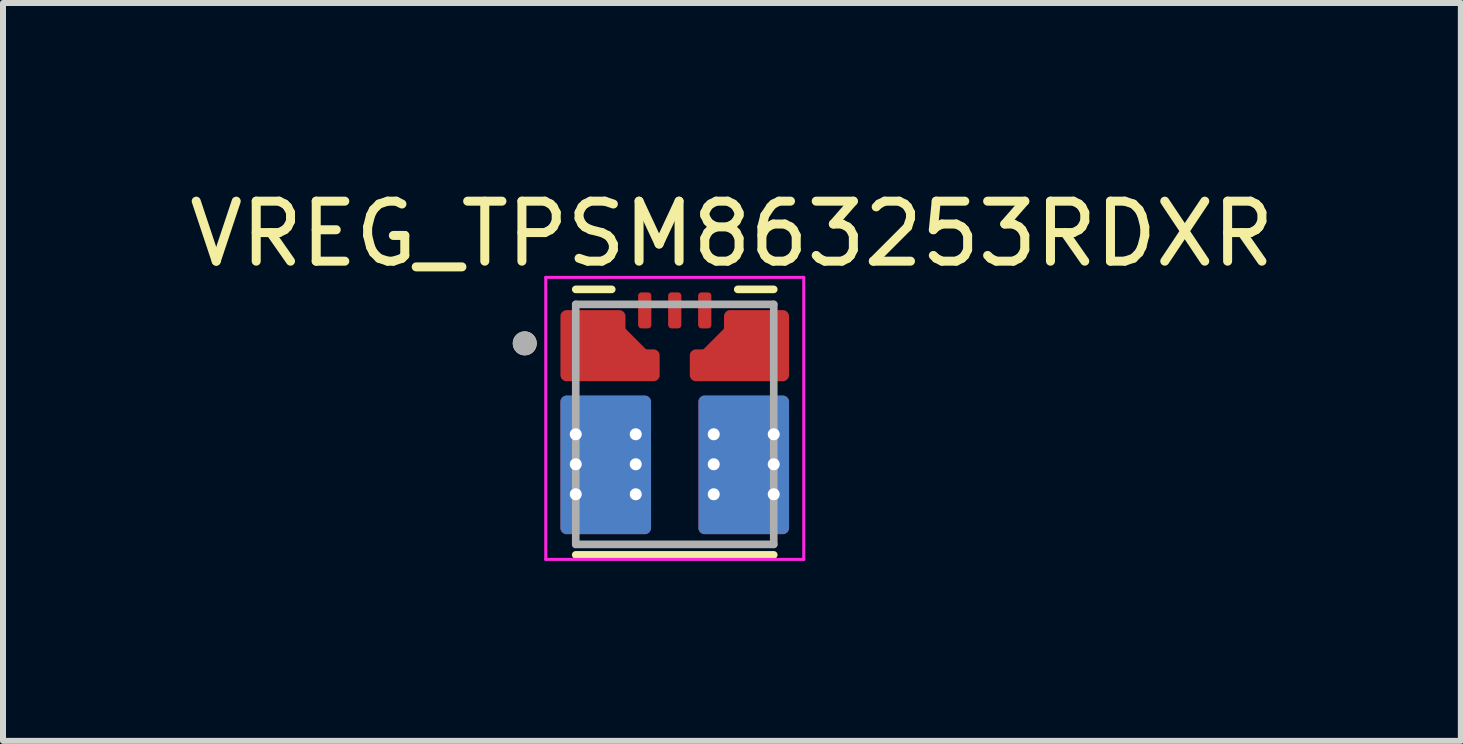
<source format=kicad_pcb>
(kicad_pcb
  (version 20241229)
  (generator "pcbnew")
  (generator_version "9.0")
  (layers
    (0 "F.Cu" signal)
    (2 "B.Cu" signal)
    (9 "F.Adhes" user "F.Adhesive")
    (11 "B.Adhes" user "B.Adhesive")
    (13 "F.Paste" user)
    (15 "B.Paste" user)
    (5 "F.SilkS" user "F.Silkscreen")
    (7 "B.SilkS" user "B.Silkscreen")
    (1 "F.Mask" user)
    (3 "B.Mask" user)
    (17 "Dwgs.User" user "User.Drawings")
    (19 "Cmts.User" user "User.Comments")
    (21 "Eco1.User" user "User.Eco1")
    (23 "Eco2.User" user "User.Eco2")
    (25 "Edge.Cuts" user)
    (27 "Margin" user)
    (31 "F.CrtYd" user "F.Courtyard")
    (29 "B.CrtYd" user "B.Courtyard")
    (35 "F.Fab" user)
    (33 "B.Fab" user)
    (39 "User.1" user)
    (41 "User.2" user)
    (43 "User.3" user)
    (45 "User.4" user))
  (footprint "VREG_TPSM863253RDXR"
    (layer "F.Cu")
    (at 8.196 4.023)
    (property "Reference" "VREG_TPSM863253RDXR" (at 0.953 -3.175 0) (layer "F.SilkS") (effects (font (size 1 1) (thickness 0.15))))
    (attr through_hole)
    (fp_poly (pts (xy -0.66 -1.65) (xy -0.66 -2.15) (xy -0.66 -2.155) (xy -0.659 -2.16) (xy -0.659 -2.166) (xy -0.658 -2.171) (xy -0.657 -2.176) (xy -0.655 -2.181) (xy -0.653 -2.186) (xy -0.651 -2.191) (xy -0.649 -2.195) (xy -0.647 -2.2) (xy -0.644 -2.204) (xy -0.641 -2.209) (xy -0.638 -2.213) (xy -0.634 -2.217) (xy -0.631 -2.221) (xy -0.627 -2.224) (xy -0.623 -2.228) (xy -0.619 -2.231) (xy -0.614 -2.234) (xy -0.61 -2.237) (xy -0.605 -2.239) (xy -0.601 -2.241) (xy -0.596 -2.243) (xy -0.591 -2.245) (xy -0.586 -2.247) (xy -0.581 -2.248) (xy -0.576 -2.249) (xy -0.57 -2.249) (xy -0.565 -2.25) (xy -0.56 -2.25) (xy -0.44 -2.25) (xy -0.435 -2.25) (xy -0.43 -2.249) (xy -0.424 -2.249) (xy -0.419 -2.248) (xy -0.414 -2.247) (xy -0.409 -2.245) (xy -0.404 -2.243) (xy -0.399 -2.241) (xy -0.395 -2.239) (xy -0.39 -2.237) (xy -0.386 -2.234) (xy -0.381 -2.231) (xy -0.377 -2.228) (xy -0.373 -2.224) (xy -0.369 -2.221) (xy -0.366 -2.217) (xy -0.362 -2.213) (xy -0.359 -2.209) (xy -0.356 -2.204) (xy -0.353 -2.2) (xy -0.351 -2.195) (xy -0.349 -2.191) (xy -0.347 -2.186) (xy -0.345 -2.181) (xy -0.343 -2.176) (xy -0.342 -2.171) (xy -0.341 -2.166) (xy -0.341 -2.16) (xy -0.34 -2.155) (xy -0.34 -2.15) (xy -0.34 -1.65) (xy -0.34 -1.645) (xy -0.341 -1.64) (xy -0.341 -1.634) (xy -0.342 -1.629) (xy -0.343 -1.624) (xy -0.345 -1.619) (xy -0.347 -1.614) (xy -0.349 -1.609) (xy -0.351 -1.605) (xy -0.353 -1.6) (xy -0.356 -1.596) (xy -0.359 -1.591) (xy -0.362 -1.587) (xy -0.366 -1.583) (xy -0.369 -1.579) (xy -0.373 -1.576) (xy -0.377 -1.572) (xy -0.381 -1.569) (xy -0.386 -1.566) (xy -0.39 -1.563) (xy -0.395 -1.561) (xy -0.399 -1.559) (xy -0.404 -1.557) (xy -0.409 -1.555) (xy -0.414 -1.553) (xy -0.419 -1.552) (xy -0.424 -1.551) (xy -0.43 -1.551) (xy -0.435 -1.55) (xy -0.44 -1.55) (xy -0.56 -1.55) (xy -0.565 -1.55) (xy -0.57 -1.551) (xy -0.576 -1.551) (xy -0.581 -1.552) (xy -0.586 -1.553) (xy -0.591 -1.555) (xy -0.596 -1.557) (xy -0.601 -1.559) (xy -0.605 -1.561) (xy -0.61 -1.563) (xy -0.614 -1.566) (xy -0.619 -1.569) (xy -0.623 -1.572) (xy -0.627 -1.576) (xy -0.631 -1.579) (xy -0.634 -1.583) (xy -0.638 -1.587) (xy -0.641 -1.591) (xy -0.644 -1.596) (xy -0.647 -1.6) (xy -0.649 -1.605) (xy -0.651 -1.609) (xy -0.653 -1.614) (xy -0.655 -1.619) (xy -0.657 -1.624) (xy -0.658 -1.629) (xy -0.659 -1.634) (xy -0.659 -1.64) (xy -0.66 -1.645) (xy -0.66 -1.65)) (stroke (width 0.01) (type solid)) (fill yes) (layer "F.Mask"))
    (fp_poly (pts (xy -0.16 -2.15) (xy -0.16 -1.65) (xy -0.16 -1.645) (xy -0.159 -1.64) (xy -0.159 -1.634) (xy -0.158 -1.629) (xy -0.157 -1.624) (xy -0.155 -1.619) (xy -0.153 -1.614) (xy -0.151 -1.609) (xy -0.149 -1.605) (xy -0.147 -1.6) (xy -0.144 -1.596) (xy -0.141 -1.591) (xy -0.138 -1.587) (xy -0.134 -1.583) (xy -0.131 -1.579) (xy -0.127 -1.576) (xy -0.123 -1.572) (xy -0.119 -1.569) (xy -0.114 -1.566) (xy -0.11 -1.563) (xy -0.105 -1.561) (xy -0.101 -1.559) (xy -0.096 -1.557) (xy -0.091 -1.555) (xy -0.086 -1.553) (xy -0.081 -1.552) (xy -0.076 -1.551) (xy -0.07 -1.551) (xy -0.065 -1.55) (xy -0.06 -1.55) (xy 0.06 -1.55) (xy 0.065 -1.55) (xy 0.07 -1.551) (xy 0.076 -1.551) (xy 0.081 -1.552) (xy 0.086 -1.553) (xy 0.091 -1.555) (xy 0.096 -1.557) (xy 0.101 -1.559) (xy 0.105 -1.561) (xy 0.11 -1.563) (xy 0.114 -1.566) (xy 0.119 -1.569) (xy 0.123 -1.572) (xy 0.127 -1.576) (xy 0.131 -1.579) (xy 0.134 -1.583) (xy 0.138 -1.587) (xy 0.141 -1.591) (xy 0.144 -1.596) (xy 0.147 -1.6) (xy 0.149 -1.605) (xy 0.151 -1.609) (xy 0.153 -1.614) (xy 0.155 -1.619) (xy 0.157 -1.624) (xy 0.158 -1.629) (xy 0.159 -1.634) (xy 0.159 -1.64) (xy 0.16 -1.645) (xy 0.16 -1.65) (xy 0.16 -2.15) (xy 0.16 -2.155) (xy 0.159 -2.16) (xy 0.159 -2.166) (xy 0.158 -2.171) (xy 0.157 -2.176) (xy 0.155 -2.181) (xy 0.153 -2.186) (xy 0.151 -2.191) (xy 0.149 -2.195) (xy 0.147 -2.2) (xy 0.144 -2.204) (xy 0.141 -2.209) (xy 0.138 -2.213) (xy 0.134 -2.217) (xy 0.131 -2.221) (xy 0.127 -2.224) (xy 0.123 -2.228) (xy 0.119 -2.231) (xy 0.114 -2.234) (xy 0.11 -2.237) (xy 0.105 -2.239) (xy 0.101 -2.241) (xy 0.096 -2.243) (xy 0.091 -2.245) (xy 0.086 -2.247) (xy 0.081 -2.248) (xy 0.076 -2.249) (xy 0.07 -2.249) (xy 0.065 -2.25) (xy 0.06 -2.25) (xy -0.06 -2.25) (xy -0.065 -2.25) (xy -0.07 -2.249) (xy -0.076 -2.249) (xy -0.081 -2.248) (xy -0.086 -2.247) (xy -0.091 -2.245) (xy -0.096 -2.243) (xy -0.101 -2.241) (xy -0.105 -2.239) (xy -0.11 -2.237) (xy -0.114 -2.234) (xy -0.119 -2.231) (xy -0.123 -2.228) (xy -0.127 -2.224) (xy -0.131 -2.221) (xy -0.134 -2.217) (xy -0.138 -2.213) (xy -0.141 -2.209) (xy -0.144 -2.204) (xy -0.147 -2.2) (xy -0.149 -2.195) (xy -0.151 -2.191) (xy -0.153 -2.186) (xy -0.155 -2.181) (xy -0.157 -2.176) (xy -0.158 -2.171) (xy -0.159 -2.166) (xy -0.159 -2.16) (xy -0.16 -2.155) (xy -0.16 -2.15)) (stroke (width 0.01) (type solid)) (fill yes) (layer "F.Mask"))
    (fp_poly (pts (xy 0.34 -1.65) (xy 0.34 -2.15) (xy 0.34 -2.155) (xy 0.341 -2.16) (xy 0.341 -2.166) (xy 0.342 -2.171) (xy 0.343 -2.176) (xy 0.345 -2.181) (xy 0.347 -2.186) (xy 0.349 -2.191) (xy 0.351 -2.195) (xy 0.353 -2.2) (xy 0.356 -2.204) (xy 0.359 -2.209) (xy 0.362 -2.213) (xy 0.366 -2.217) (xy 0.369 -2.221) (xy 0.373 -2.224) (xy 0.377 -2.228) (xy 0.381 -2.231) (xy 0.386 -2.234) (xy 0.39 -2.237) (xy 0.395 -2.239) (xy 0.399 -2.241) (xy 0.404 -2.243) (xy 0.409 -2.245) (xy 0.414 -2.247) (xy 0.419 -2.248) (xy 0.424 -2.249) (xy 0.43 -2.249) (xy 0.435 -2.25) (xy 0.44 -2.25) (xy 0.56 -2.25) (xy 0.565 -2.25) (xy 0.57 -2.249) (xy 0.576 -2.249) (xy 0.581 -2.248) (xy 0.586 -2.247) (xy 0.591 -2.245) (xy 0.596 -2.243) (xy 0.601 -2.241) (xy 0.605 -2.239) (xy 0.61 -2.237) (xy 0.614 -2.234) (xy 0.619 -2.231) (xy 0.623 -2.228) (xy 0.627 -2.224) (xy 0.631 -2.221) (xy 0.634 -2.217) (xy 0.638 -2.213) (xy 0.641 -2.209) (xy 0.644 -2.204) (xy 0.647 -2.2) (xy 0.649 -2.195) (xy 0.651 -2.191) (xy 0.653 -2.186) (xy 0.655 -2.181) (xy 0.657 -2.176) (xy 0.658 -2.171) (xy 0.659 -2.166) (xy 0.659 -2.16) (xy 0.66 -2.155) (xy 0.66 -2.15) (xy 0.66 -1.65) (xy 0.66 -1.645) (xy 0.659 -1.64) (xy 0.659 -1.634) (xy 0.658 -1.629) (xy 0.657 -1.624) (xy 0.655 -1.619) (xy 0.653 -1.614) (xy 0.651 -1.609) (xy 0.649 -1.605) (xy 0.647 -1.6) (xy 0.644 -1.596) (xy 0.641 -1.591) (xy 0.638 -1.587) (xy 0.634 -1.583) (xy 0.631 -1.579) (xy 0.627 -1.576) (xy 0.623 -1.572) (xy 0.619 -1.569) (xy 0.614 -1.566) (xy 0.61 -1.563) (xy 0.605 -1.561) (xy 0.601 -1.559) (xy 0.596 -1.557) (xy 0.591 -1.555) (xy 0.586 -1.553) (xy 0.581 -1.552) (xy 0.576 -1.551) (xy 0.57 -1.551) (xy 0.565 -1.55) (xy 0.56 -1.55) (xy 0.44 -1.55) (xy 0.435 -1.55) (xy 0.43 -1.551) (xy 0.424 -1.551) (xy 0.419 -1.552) (xy 0.414 -1.553) (xy 0.409 -1.555) (xy 0.404 -1.557) (xy 0.399 -1.559) (xy 0.395 -1.561) (xy 0.39 -1.563) (xy 0.386 -1.566) (xy 0.381 -1.569) (xy 0.377 -1.572) (xy 0.373 -1.576) (xy 0.369 -1.579) (xy 0.366 -1.583) (xy 0.362 -1.587) (xy 0.359 -1.591) (xy 0.356 -1.596) (xy 0.353 -1.6) (xy 0.351 -1.605) (xy 0.349 -1.609) (xy 0.347 -1.614) (xy 0.345 -1.619) (xy 0.343 -1.624) (xy 0.342 -1.629) (xy 0.341 -1.634) (xy 0.341 -1.64) (xy 0.34 -1.645) (xy 0.34 -1.65)) (stroke (width 0.01) (type solid)) (fill yes) (layer "F.Mask"))
    (fp_poly (pts (xy -0.305 -0.825) (xy -0.305 -1.145) (xy -0.305 -1.148) (xy -0.305 -1.15) (xy -0.306 -1.153) (xy -0.306 -1.155) (xy -0.307 -1.158) (xy -0.307 -1.16) (xy -0.308 -1.163) (xy -0.309 -1.165) (xy -0.31 -1.168) (xy -0.312 -1.17) (xy -0.313 -1.172) (xy -0.315 -1.174) (xy -0.316 -1.176) (xy -0.318 -1.178) (xy -0.32 -1.18) (xy -0.322 -1.182) (xy -0.324 -1.184) (xy -0.326 -1.185) (xy -0.328 -1.187) (xy -0.33 -1.188) (xy -0.332 -1.19) (xy -0.335 -1.191) (xy -0.337 -1.192) (xy -0.34 -1.193) (xy -0.342 -1.193) (xy -0.345 -1.194) (xy -0.347 -1.194) (xy -0.35 -1.195) (xy -0.352 -1.195) (xy -0.355 -1.195) (xy -0.477 -1.195) (xy -0.479 -1.195) (xy -0.48 -1.195) (xy -0.481 -1.195) (xy -0.483 -1.195) (xy -0.484 -1.195) (xy -0.485 -1.196) (xy -0.486 -1.196) (xy -0.488 -1.196) (xy -0.489 -1.196) (xy -0.49 -1.197) (xy -0.491 -1.197) (xy -0.493 -1.197) (xy -0.494 -1.198) (xy -0.495 -1.198) (xy -0.496 -1.199) (xy -0.498 -1.199) (xy -0.499 -1.2) (xy -0.5 -1.2) (xy -0.501 -1.201) (xy -0.502 -1.202) (xy -0.503 -1.202) (xy -0.505 -1.203) (xy -0.506 -1.204) (xy -0.507 -1.205) (xy -0.508 -1.205) (xy -0.509 -1.206) (xy -0.51 -1.207) (xy -0.511 -1.208) (xy -0.512 -1.209) (xy -0.513 -1.21) (xy -0.86 -1.557) (xy -0.861 -1.558) (xy -0.862 -1.559) (xy -0.863 -1.56) (xy -0.864 -1.561) (xy -0.865 -1.562) (xy -0.865 -1.563) (xy -0.866 -1.564) (xy -0.867 -1.565) (xy -0.868 -1.567) (xy -0.868 -1.568) (xy -0.869 -1.569) (xy -0.87 -1.57) (xy -0.87 -1.571) (xy -0.871 -1.572) (xy -0.871 -1.574) (xy -0.872 -1.575) (xy -0.872 -1.576) (xy -0.873 -1.577) (xy -0.873 -1.579) (xy -0.873 -1.58) (xy -0.874 -1.581) (xy -0.874 -1.582) (xy -0.874 -1.584) (xy -0.874 -1.585) (xy -0.875 -1.586) (xy -0.875 -1.587) (xy -0.875 -1.589) (xy -0.875 -1.59) (xy -0.875 -1.591) (xy -0.875 -1.593) (xy -0.875 -1.8) (xy -0.875 -1.803) (xy -0.875 -1.805) (xy -0.876 -1.808) (xy -0.876 -1.81) (xy -0.877 -1.813) (xy -0.877 -1.815) (xy -0.878 -1.818) (xy -0.879 -1.82) (xy -0.88 -1.823) (xy -0.882 -1.825) (xy -0.883 -1.827) (xy -0.885 -1.829) (xy -0.886 -1.831) (xy -0.888 -1.833) (xy -0.89 -1.835) (xy -0.892 -1.837) (xy -0.894 -1.839) (xy -0.896 -1.84) (xy -0.898 -1.842) (xy -0.9 -1.843) (xy -0.902 -1.845) (xy -0.905 -1.846) (xy -0.907 -1.847) (xy -0.91 -1.848) (xy -0.912 -1.848) (xy -0.915 -1.849) (xy -0.917 -1.849) (xy -0.92 -1.85) (xy -0.922 -1.85) (xy -0.925 -1.85) (xy -1.4 -1.85) (xy -1.403 -1.85) (xy -1.405 -1.85) (xy -1.408 -1.849) (xy -1.41 -1.849) (xy -1.413 -1.848) (xy -1.415 -1.848) (xy -1.418 -1.847) (xy -1.42 -1.846) (xy -1.423 -1.845) (xy -1.425 -1.843) (xy -1.427 -1.842) (xy -1.429 -1.84) (xy -1.431 -1.839) (xy -1.433 -1.837) (xy -1.435 -1.835) (xy -1.437 -1.833) (xy -1.439 -1.831) (xy -1.44 -1.829) (xy -1.442 -1.827) (xy -1.443 -1.825) (xy -1.445 -1.823) (xy -1.446 -1.82) (xy -1.447 -1.818) (xy -1.448 -1.815) (xy -1.448 -1.813) (xy -1.449 -1.81) (xy -1.449 -1.808) (xy -1.45 -1.805) (xy -1.45 -1.803) (xy -1.45 -1.8) (xy -1.45 -1.675) (xy -1.45 -1.672) (xy -1.45 -1.67) (xy -1.451 -1.667) (xy -1.451 -1.665) (xy -1.452 -1.662) (xy -1.452 -1.66) (xy -1.453 -1.657) (xy -1.454 -1.655) (xy -1.455 -1.652) (xy -1.457 -1.65) (xy -1.458 -1.648) (xy -1.46 -1.646) (xy -1.461 -1.644) (xy -1.463 -1.642) (xy -1.465 -1.64) (xy -1.467 -1.638) (xy -1.469 -1.636) (xy -1.471 -1.635) (xy -1.473 -1.633) (xy -1.475 -1.632) (xy -1.477 -1.63) (xy -1.48 -1.629) (xy -1.482 -1.628) (xy -1.485 -1.627) (xy -1.487 -1.627) (xy -1.49 -1.626) (xy -1.492 -1.626) (xy -1.495 -1.625) (xy -1.497 -1.625) (xy -1.5 -1.625) (xy -1.8 -1.625) (xy -1.803 -1.625) (xy -1.805 -1.625) (xy -1.808 -1.624) (xy -1.81 -1.624) (xy -1.813 -1.623) (xy -1.815 -1.623) (xy -1.818 -1.622) (xy -1.82 -1.621) (xy -1.823 -1.62) (xy -1.825 -1.618) (xy -1.827 -1.617) (xy -1.829 -1.615) (xy -1.831 -1.614) (xy -1.833 -1.612) (xy -1.835 -1.61) (xy -1.837 -1.608) (xy -1.839 -1.606) (xy -1.84 -1.604) (xy -1.842 -1.602) (xy -1.843 -1.6) (xy -1.845 -1.598) (xy -1.846 -1.595) (xy -1.847 -1.593) (xy -1.848 -1.59) (xy -1.848 -1.588) (xy -1.849 -1.585) (xy -1.849 -1.583) (xy -1.85 -1.58) (xy -1.85 -1.578) (xy -1.85 -1.575) (xy -1.85 -1.425) (xy -1.85 -1.422) (xy -1.85 -1.42) (xy -1.849 -1.417) (xy -1.849 -1.415) (xy -1.848 -1.412) (xy -1.848 -1.41) (xy -1.847 -1.407) (xy -1.846 -1.405) (xy -1.845 -1.402) (xy -1.843 -1.4) (xy -1.842 -1.398) (xy -1.84 -1.396) (xy -1.839 -1.394) (xy -1.837 -1.392) (xy -1.835 -1.39) (xy -1.833 -1.388) (xy -1.831 -1.386) (xy -1.829 -1.385) (xy -1.827 -1.383) (xy -1.825 -1.382) (xy -1.823 -1.38) (xy -1.82 -1.379) (xy -1.818 -1.378) (xy -1.815 -1.377) (xy -1.813 -1.377) (xy -1.81 -1.376) (xy -1.808 -1.376) (xy -1.805 -1.375) (xy -1.803 -1.375) (xy -1.8 -1.375) (xy -1.5 -1.375) (xy -1.497 -1.375) (xy -1.495 -1.375) (xy -1.492 -1.374) (xy -1.49 -1.374) (xy -1.487 -1.373) (xy -1.485 -1.373) (xy -1.482 -1.372) (xy -1.48 -1.371) (xy -1.477 -1.37) (xy -1.475 -1.368) (xy -1.473 -1.367) (xy -1.471 -1.365) (xy -1.469 -1.364) (xy -1.467 -1.362) (xy -1.465 -1.36) (xy -1.463 -1.358) (xy -1.461 -1.356) (xy -1.46 -1.354) (xy -1.458 -1.352) (xy -1.457 -1.35) (xy -1.455 -1.348) (xy -1.454 -1.345) (xy -1.453 -1.343) (xy -1.452 -1.34) (xy -1.452 -1.338) (xy -1.451 -1.335) (xy -1.451 -1.333) (xy -1.45 -1.33) (xy -1.45 -1.328) (xy -1.45 -1.325) (xy -1.45 -1.175) (xy -1.45 -1.172) (xy -1.45 -1.17) (xy -1.451 -1.167) (xy -1.451 -1.165) (xy -1.452 -1.162) (xy -1.452 -1.16) (xy -1.453 -1.157) (xy -1.454 -1.155) (xy -1.455 -1.152) (xy -1.457 -1.15) (xy -1.458 -1.148) (xy -1.46 -1.146) (xy -1.461 -1.144) (xy -1.463 -1.142) (xy -1.465 -1.14) (xy -1.467 -1.138) (xy -1.469 -1.136) (xy -1.471 -1.135) (xy -1.473 -1.133) (xy -1.475 -1.132) (xy -1.477 -1.13) (xy -1.48 -1.129) (xy -1.482 -1.128) (xy -1.485 -1.127) (xy -1.487 -1.127) (xy -1.49 -1.126) (xy -1.492 -1.126) (xy -1.495 -1.125) (xy -1.497 -1.125) (xy -1.5 -1.125) (xy -1.8 -1.125) (xy -1.803 -1.125) (xy -1.805 -1.125) (xy -1.808 -1.124) (xy -1.81 -1.124) (xy -1.813 -1.123) (xy -1.815 -1.123) (xy -1.818 -1.122) (xy -1.82 -1.121) (xy -1.823 -1.12) (xy -1.825 -1.118) (xy -1.827 -1.117) (xy -1.829 -1.115) (xy -1.831 -1.114) (xy -1.833 -1.112) (xy -1.835 -1.11) (xy -1.837 -1.108) (xy -1.839 -1.106) (xy -1.84 -1.104) (xy -1.842 -1.102) (xy -1.843 -1.1) (xy -1.845 -1.098) (xy -1.846 -1.095) (xy -1.847 -1.093) (xy -1.848 -1.09) (xy -1.848 -1.088) (xy -1.849 -1.085) (xy -1.849 -1.083) (xy -1.85 -1.08) (xy -1.85 -1.078) (xy -1.85 -1.075) (xy -1.85 -0.925) (xy -1.85 -0.922) (xy -1.85 -0.92) (xy -1.849 -0.917) (xy -1.849 -0.915) (xy -1.848 -0.912) (xy -1.848 -0.91) (xy -1.847 -0.907) (xy -1.846 -0.905) (xy -1.845 -0.902) (xy -1.843 -0.9) (xy -1.842 -0.898) (xy -1.84 -0.896) (xy -1.839 -0.894) (xy -1.837 -0.892) (xy -1.835 -0.89) (xy -1.833 -0.888) (xy -1.831 -0.886) (xy -1.829 -0.885) (xy -1.827 -0.883) (xy -1.825 -0.882) (xy -1.823 -0.88) (xy -1.82 -0.879) (xy -1.818 -0.878) (xy -1.815 -0.877) (xy -1.813 -0.877) (xy -1.81 -0.876) (xy -1.808 -0.876) (xy -1.805 -0.875) (xy -1.803 -0.875) (xy -1.8 -0.875) (xy -1.5 -0.875) (xy -1.497 -0.875) (xy -1.495 -0.875) (xy -1.492 -0.874) (xy -1.49 -0.874) (xy -1.487 -0.873) (xy -1.485 -0.873) (xy -1.482 -0.872) (xy -1.48 -0.871) (xy -1.477 -0.87) (xy -1.475 -0.868) (xy -1.473 -0.867) (xy -1.471 -0.865) (xy -1.469 -0.864) (xy -1.467 -0.862) (xy -1.465 -0.86) (xy -1.463 -0.858) (xy -1.461 -0.856) (xy -1.46 -0.854) (xy -1.458 -0.852) (xy -1.457 -0.85) (xy -1.455 -0.848) (xy -1.454 -0.845) (xy -1.453 -0.843) (xy -1.452 -0.84) (xy -1.452 -0.838) (xy -1.451 -0.835) (xy -1.451 -0.833) (xy -1.45 -0.83) (xy -1.45 -0.828) (xy -1.45 -0.825) (xy -1.45 -0.822) (xy -1.45 -0.82) (xy -1.449 -0.817) (xy -1.449 -0.815) (xy -1.448 -0.812) (xy -1.448 -0.81) (xy -1.447 -0.807) (xy -1.446 -0.805) (xy -1.445 -0.802) (xy -1.443 -0.8) (xy -1.442 -0.798) (xy -1.44 -0.796) (xy -1.439 -0.794) (xy -1.437 -0.792) (xy -1.435 -0.79) (xy -1.433 -0.788) (xy -1.431 -0.786) (xy -1.429 -0.785) (xy -1.427 -0.783) (xy -1.425 -0.782) (xy -1.423 -0.78) (xy -1.42 -0.779) (xy -1.418 -0.778) (xy -1.415 -0.777) (xy -1.413 -0.777) (xy -1.41 -0.776) (xy -1.408 -0.776) (xy -1.405 -0.775) (xy -1.403 -0.775) (xy -1.4 -0.775) (xy -0.355 -0.775) (xy -0.352 -0.775) (xy -0.35 -0.775) (xy -0.347 -0.776) (xy -0.345 -0.776) (xy -0.342 -0.777) (xy -0.34 -0.777) (xy -0.337 -0.778) (xy -0.335 -0.779) (xy -0.332 -0.78) (xy -0.33 -0.782) (xy -0.328 -0.783) (xy -0.326 -0.785) (xy -0.324 -0.786) (xy -0.322 -0.788) (xy -0.32 -0.79) (xy -0.318 -0.792) (xy -0.316 -0.794) (xy -0.315 -0.796) (xy -0.313 -0.798) (xy -0.312 -0.8) (xy -0.31 -0.802) (xy -0.309 -0.805) (xy -0.308 -0.807) (xy -0.307 -0.81) (xy -0.307 -0.812) (xy -0.306 -0.815) (xy -0.306 -0.817) (xy -0.305 -0.82) (xy -0.305 -0.822) (xy -0.305 -0.825)) (stroke (width 0.01) (type solid)) (fill yes) (layer "F.Mask"))
    (fp_poly (pts (xy 0.305 -0.825) (xy 0.305 -1.145) (xy 0.305 -1.148) (xy 0.305 -1.15) (xy 0.306 -1.153) (xy 0.306 -1.155) (xy 0.307 -1.158) (xy 0.307 -1.16) (xy 0.308 -1.163) (xy 0.309 -1.165) (xy 0.31 -1.168) (xy 0.312 -1.17) (xy 0.313 -1.172) (xy 0.315 -1.174) (xy 0.316 -1.176) (xy 0.318 -1.178) (xy 0.32 -1.18) (xy 0.322 -1.182) (xy 0.324 -1.184) (xy 0.326 -1.185) (xy 0.328 -1.187) (xy 0.33 -1.188) (xy 0.332 -1.19) (xy 0.335 -1.191) (xy 0.337 -1.192) (xy 0.34 -1.193) (xy 0.342 -1.193) (xy 0.345 -1.194) (xy 0.347 -1.194) (xy 0.35 -1.195) (xy 0.352 -1.195) (xy 0.355 -1.195) (xy 0.477 -1.195) (xy 0.479 -1.195) (xy 0.48 -1.195) (xy 0.481 -1.195) (xy 0.483 -1.195) (xy 0.484 -1.195) (xy 0.485 -1.196) (xy 0.486 -1.196) (xy 0.488 -1.196) (xy 0.489 -1.196) (xy 0.49 -1.197) (xy 0.491 -1.197) (xy 0.493 -1.197) (xy 0.494 -1.198) (xy 0.495 -1.198) (xy 0.496 -1.199) (xy 0.498 -1.199) (xy 0.499 -1.2) (xy 0.5 -1.2) (xy 0.501 -1.201) (xy 0.502 -1.202) (xy 0.503 -1.202) (xy 0.505 -1.203) (xy 0.506 -1.204) (xy 0.507 -1.205) (xy 0.508 -1.205) (xy 0.509 -1.206) (xy 0.51 -1.207) (xy 0.511 -1.208) (xy 0.512 -1.209) (xy 0.513 -1.21) (xy 0.86 -1.557) (xy 0.861 -1.558) (xy 0.862 -1.559) (xy 0.863 -1.56) (xy 0.864 -1.561) (xy 0.865 -1.562) (xy 0.865 -1.563) (xy 0.866 -1.564) (xy 0.867 -1.565) (xy 0.868 -1.567) (xy 0.868 -1.568) (xy 0.869 -1.569) (xy 0.87 -1.57) (xy 0.87 -1.571) (xy 0.871 -1.572) (xy 0.871 -1.574) (xy 0.872 -1.575) (xy 0.872 -1.576) (xy 0.873 -1.577) (xy 0.873 -1.579) (xy 0.873 -1.58) (xy 0.874 -1.581) (xy 0.874 -1.582) (xy 0.874 -1.584) (xy 0.874 -1.585) (xy 0.875 -1.586) (xy 0.875 -1.587) (xy 0.875 -1.589) (xy 0.875 -1.59) (xy 0.875 -1.591) (xy 0.875 -1.593) (xy 0.875 -1.8) (xy 0.875 -1.803) (xy 0.875 -1.805) (xy 0.876 -1.808) (xy 0.876 -1.81) (xy 0.877 -1.813) (xy 0.877 -1.815) (xy 0.878 -1.818) (xy 0.879 -1.82) (xy 0.88 -1.823) (xy 0.882 -1.825) (xy 0.883 -1.827) (xy 0.885 -1.829) (xy 0.886 -1.831) (xy 0.888 -1.833) (xy 0.89 -1.835) (xy 0.892 -1.837) (xy 0.894 -1.839) (xy 0.896 -1.84) (xy 0.898 -1.842) (xy 0.9 -1.843) (xy 0.902 -1.845) (xy 0.905 -1.846) (xy 0.907 -1.847) (xy 0.91 -1.848) (xy 0.912 -1.848) (xy 0.915 -1.849) (xy 0.917 -1.849) (xy 0.92 -1.85) (xy 0.922 -1.85) (xy 0.925 -1.85) (xy 1.4 -1.85) (xy 1.403 -1.85) (xy 1.405 -1.85) (xy 1.408 -1.849) (xy 1.41 -1.849) (xy 1.413 -1.848) (xy 1.415 -1.848) (xy 1.418 -1.847) (xy 1.42 -1.846) (xy 1.423 -1.845) (xy 1.425 -1.843) (xy 1.427 -1.842) (xy 1.429 -1.84) (xy 1.431 -1.839) (xy 1.433 -1.837) (xy 1.435 -1.835) (xy 1.437 -1.833) (xy 1.439 -1.831) (xy 1.44 -1.829) (xy 1.442 -1.827) (xy 1.443 -1.825) (xy 1.445 -1.823) (xy 1.446 -1.82) (xy 1.447 -1.818) (xy 1.448 -1.815) (xy 1.448 -1.813) (xy 1.449 -1.81) (xy 1.449 -1.808) (xy 1.45 -1.805) (xy 1.45 -1.803) (xy 1.45 -1.8) (xy 1.45 -1.675) (xy 1.45 -1.672) (xy 1.45 -1.67) (xy 1.451 -1.667) (xy 1.451 -1.665) (xy 1.452 -1.662) (xy 1.452 -1.66) (xy 1.453 -1.657) (xy 1.454 -1.655) (xy 1.455 -1.652) (xy 1.457 -1.65) (xy 1.458 -1.648) (xy 1.46 -1.646) (xy 1.461 -1.644) (xy 1.463 -1.642) (xy 1.465 -1.64) (xy 1.467 -1.638) (xy 1.469 -1.636) (xy 1.471 -1.635) (xy 1.473 -1.633) (xy 1.475 -1.632) (xy 1.477 -1.63) (xy 1.48 -1.629) (xy 1.482 -1.628) (xy 1.485 -1.627) (xy 1.487 -1.627) (xy 1.49 -1.626) (xy 1.492 -1.626) (xy 1.495 -1.625) (xy 1.497 -1.625) (xy 1.5 -1.625) (xy 1.8 -1.625) (xy 1.803 -1.625) (xy 1.805 -1.625) (xy 1.808 -1.624) (xy 1.81 -1.624) (xy 1.813 -1.623) (xy 1.815 -1.623) (xy 1.818 -1.622) (xy 1.82 -1.621) (xy 1.823 -1.62) (xy 1.825 -1.618) (xy 1.827 -1.617) (xy 1.829 -1.615) (xy 1.831 -1.614) (xy 1.833 -1.612) (xy 1.835 -1.61) (xy 1.837 -1.608) (xy 1.839 -1.606) (xy 1.84 -1.604) (xy 1.842 -1.602) (xy 1.843 -1.6) (xy 1.845 -1.598) (xy 1.846 -1.595) (xy 1.847 -1.593) (xy 1.848 -1.59) (xy 1.848 -1.588) (xy 1.849 -1.585) (xy 1.849 -1.583) (xy 1.85 -1.58) (xy 1.85 -1.578) (xy 1.85 -1.575) (xy 1.85 -1.425) (xy 1.85 -1.422) (xy 1.85 -1.42) (xy 1.849 -1.417) (xy 1.849 -1.415) (xy 1.848 -1.412) (xy 1.848 -1.41) (xy 1.847 -1.407) (xy 1.846 -1.405) (xy 1.845 -1.402) (xy 1.843 -1.4) (xy 1.842 -1.398) (xy 1.84 -1.396) (xy 1.839 -1.394) (xy 1.837 -1.392) (xy 1.835 -1.39) (xy 1.833 -1.388) (xy 1.831 -1.386) (xy 1.829 -1.385) (xy 1.827 -1.383) (xy 1.825 -1.382) (xy 1.823 -1.38) (xy 1.82 -1.379) (xy 1.818 -1.378) (xy 1.815 -1.377) (xy 1.813 -1.377) (xy 1.81 -1.376) (xy 1.808 -1.376) (xy 1.805 -1.375) (xy 1.803 -1.375) (xy 1.8 -1.375) (xy 1.5 -1.375) (xy 1.497 -1.375) (xy 1.495 -1.375) (xy 1.492 -1.374) (xy 1.49 -1.374) (xy 1.487 -1.373) (xy 1.485 -1.373) (xy 1.482 -1.372) (xy 1.48 -1.371) (xy 1.477 -1.37) (xy 1.475 -1.368) (xy 1.473 -1.367) (xy 1.471 -1.365) (xy 1.469 -1.364) (xy 1.467 -1.362) (xy 1.465 -1.36) (xy 1.463 -1.358) (xy 1.461 -1.356) (xy 1.46 -1.354) (xy 1.458 -1.352) (xy 1.457 -1.35) (xy 1.455 -1.348) (xy 1.454 -1.345) (xy 1.453 -1.343) (xy 1.452 -1.34) (xy 1.452 -1.338) (xy 1.451 -1.335) (xy 1.451 -1.333) (xy 1.45 -1.33) (xy 1.45 -1.328) (xy 1.45 -1.325) (xy 1.45 -1.175) (xy 1.45 -1.172) (xy 1.45 -1.17) (xy 1.451 -1.167) (xy 1.451 -1.165) (xy 1.452 -1.162) (xy 1.452 -1.16) (xy 1.453 -1.157) (xy 1.454 -1.155) (xy 1.455 -1.152) (xy 1.457 -1.15) (xy 1.458 -1.148) (xy 1.46 -1.146) (xy 1.461 -1.144) (xy 1.463 -1.142) (xy 1.465 -1.14) (xy 1.467 -1.138) (xy 1.469 -1.136) (xy 1.471 -1.135) (xy 1.473 -1.133) (xy 1.475 -1.132) (xy 1.477 -1.13) (xy 1.48 -1.129) (xy 1.482 -1.128) (xy 1.485 -1.127) (xy 1.487 -1.127) (xy 1.49 -1.126) (xy 1.492 -1.126) (xy 1.495 -1.125) (xy 1.497 -1.125) (xy 1.5 -1.125) (xy 1.8 -1.125) (xy 1.803 -1.125) (xy 1.805 -1.125) (xy 1.808 -1.124) (xy 1.81 -1.124) (xy 1.813 -1.123) (xy 1.815 -1.123) (xy 1.818 -1.122) (xy 1.82 -1.121) (xy 1.823 -1.12) (xy 1.825 -1.118) (xy 1.827 -1.117) (xy 1.829 -1.115) (xy 1.831 -1.114) (xy 1.833 -1.112) (xy 1.835 -1.11) (xy 1.837 -1.108) (xy 1.839 -1.106) (xy 1.84 -1.104) (xy 1.842 -1.102) (xy 1.843 -1.1) (xy 1.845 -1.098) (xy 1.846 -1.095) (xy 1.847 -1.093) (xy 1.848 -1.09) (xy 1.848 -1.088) (xy 1.849 -1.085) (xy 1.849 -1.083) (xy 1.85 -1.08) (xy 1.85 -1.078) (xy 1.85 -1.075) (xy 1.85 -0.925) (xy 1.85 -0.922) (xy 1.85 -0.92) (xy 1.849 -0.917) (xy 1.849 -0.915) (xy 1.848 -0.912) (xy 1.848 -0.91) (xy 1.847 -0.907) (xy 1.846 -0.905) (xy 1.845 -0.902) (xy 1.843 -0.9) (xy 1.842 -0.898) (xy 1.84 -0.896) (xy 1.839 -0.894) (xy 1.837 -0.892) (xy 1.835 -0.89) (xy 1.833 -0.888) (xy 1.831 -0.886) (xy 1.829 -0.885) (xy 1.827 -0.883) (xy 1.825 -0.882) (xy 1.823 -0.88) (xy 1.82 -0.879) (xy 1.818 -0.878) (xy 1.815 -0.877) (xy 1.813 -0.877) (xy 1.81 -0.876) (xy 1.808 -0.876) (xy 1.805 -0.875) (xy 1.803 -0.875) (xy 1.8 -0.875) (xy 1.5 -0.875) (xy 1.497 -0.875) (xy 1.495 -0.875) (xy 1.492 -0.874) (xy 1.49 -0.874) (xy 1.487 -0.873) (xy 1.485 -0.873) (xy 1.482 -0.872) (xy 1.48 -0.871) (xy 1.477 -0.87) (xy 1.475 -0.868) (xy 1.473 -0.867) (xy 1.471 -0.865) (xy 1.469 -0.864) (xy 1.467 -0.862) (xy 1.465 -0.86) (xy 1.463 -0.858) (xy 1.461 -0.856) (xy 1.46 -0.854) (xy 1.458 -0.852) (xy 1.457 -0.85) (xy 1.455 -0.848) (xy 1.454 -0.845) (xy 1.453 -0.843) (xy 1.452 -0.84) (xy 1.452 -0.838) (xy 1.451 -0.835) (xy 1.451 -0.833) (xy 1.45 -0.83) (xy 1.45 -0.828) (xy 1.45 -0.825) (xy 1.45 -0.822) (xy 1.45 -0.82) (xy 1.449 -0.817) (xy 1.449 -0.815) (xy 1.448 -0.812) (xy 1.448 -0.81) (xy 1.447 -0.807) (xy 1.446 -0.805) (xy 1.445 -0.802) (xy 1.443 -0.8) (xy 1.442 -0.798) (xy 1.44 -0.796) (xy 1.439 -0.794) (xy 1.437 -0.792) (xy 1.435 -0.79) (xy 1.433 -0.788) (xy 1.431 -0.786) (xy 1.429 -0.785) (xy 1.427 -0.783) (xy 1.425 -0.782) (xy 1.423 -0.78) (xy 1.42 -0.779) (xy 1.418 -0.778) (xy 1.415 -0.777) (xy 1.413 -0.777) (xy 1.41 -0.776) (xy 1.408 -0.776) (xy 1.405 -0.775) (xy 1.403 -0.775) (xy 1.4 -0.775) (xy 0.355 -0.775) (xy 0.352 -0.775) (xy 0.35 -0.775) (xy 0.347 -0.776) (xy 0.345 -0.776) (xy 0.342 -0.777) (xy 0.34 -0.777) (xy 0.337 -0.778) (xy 0.335 -0.779) (xy 0.332 -0.78) (xy 0.33 -0.782) (xy 0.328 -0.783) (xy 0.326 -0.785) (xy 0.324 -0.786) (xy 0.322 -0.788) (xy 0.32 -0.79) (xy 0.318 -0.792) (xy 0.316 -0.794) (xy 0.315 -0.796) (xy 0.313 -0.798) (xy 0.312 -0.8) (xy 0.31 -0.802) (xy 0.309 -0.805) (xy 0.308 -0.807) (xy 0.307 -0.81) (xy 0.307 -0.812) (xy 0.306 -0.815) (xy 0.306 -0.817) (xy 0.305 -0.82) (xy 0.305 -0.822) (xy 0.305 -0.825)) (stroke (width 0.01) (type solid)) (fill yes) (layer "F.Mask"))
    (fp_poly (pts (xy -1.85 1.34) (xy -1.85 1.49) (xy -1.85 1.493) (xy -1.85 1.495) (xy -1.849 1.498) (xy -1.849 1.5) (xy -1.848 1.503) (xy -1.848 1.505) (xy -1.847 1.508) (xy -1.846 1.51) (xy -1.845 1.513) (xy -1.843 1.515) (xy -1.842 1.517) (xy -1.84 1.519) (xy -1.839 1.521) (xy -1.837 1.523) (xy -1.835 1.525) (xy -1.833 1.527) (xy -1.831 1.529) (xy -1.829 1.53) (xy -1.827 1.532) (xy -1.825 1.533) (xy -1.823 1.535) (xy -1.82 1.536) (xy -1.818 1.537) (xy -1.815 1.538) (xy -1.813 1.538) (xy -1.81 1.539) (xy -1.808 1.539) (xy -1.805 1.54) (xy -1.803 1.54) (xy -1.8 1.54) (xy -1.5 1.54) (xy -1.497 1.54) (xy -1.495 1.54) (xy -1.492 1.541) (xy -1.49 1.541) (xy -1.487 1.542) (xy -1.485 1.542) (xy -1.482 1.543) (xy -1.48 1.544) (xy -1.477 1.545) (xy -1.475 1.547) (xy -1.473 1.548) (xy -1.471 1.55) (xy -1.469 1.551) (xy -1.467 1.553) (xy -1.465 1.555) (xy -1.463 1.557) (xy -1.461 1.559) (xy -1.46 1.561) (xy -1.458 1.563) (xy -1.457 1.565) (xy -1.455 1.567) (xy -1.454 1.57) (xy -1.453 1.572) (xy -1.452 1.575) (xy -1.452 1.577) (xy -1.451 1.58) (xy -1.451 1.582) (xy -1.45 1.585) (xy -1.45 1.587) (xy -1.45 1.59) (xy -1.45 1.725) (xy -1.45 1.728) (xy -1.45 1.73) (xy -1.449 1.733) (xy -1.449 1.735) (xy -1.448 1.738) (xy -1.448 1.74) (xy -1.447 1.743) (xy -1.446 1.745) (xy -1.445 1.748) (xy -1.443 1.75) (xy -1.442 1.752) (xy -1.44 1.754) (xy -1.439 1.756) (xy -1.437 1.758) (xy -1.435 1.76) (xy -1.433 1.762) (xy -1.431 1.764) (xy -1.429 1.765) (xy -1.427 1.767) (xy -1.425 1.768) (xy -1.423 1.77) (xy -1.42 1.771) (xy -1.418 1.772) (xy -1.415 1.773) (xy -1.413 1.773) (xy -1.41 1.774) (xy -1.408 1.774) (xy -1.405 1.775) (xy -1.403 1.775) (xy -1.4 1.775) (xy -0.5 1.775) (xy -0.497 1.775) (xy -0.495 1.775) (xy -0.492 1.774) (xy -0.49 1.774) (xy -0.487 1.773) (xy -0.485 1.773) (xy -0.482 1.772) (xy -0.48 1.771) (xy -0.477 1.77) (xy -0.475 1.768) (xy -0.473 1.767) (xy -0.471 1.765) (xy -0.469 1.764) (xy -0.467 1.762) (xy -0.465 1.76) (xy -0.463 1.758) (xy -0.461 1.756) (xy -0.46 1.754) (xy -0.458 1.752) (xy -0.457 1.75) (xy -0.455 1.748) (xy -0.454 1.745) (xy -0.453 1.743) (xy -0.452 1.74) (xy -0.452 1.738) (xy -0.451 1.735) (xy -0.451 1.733) (xy -0.45 1.73) (xy -0.45 1.728) (xy -0.45 1.725) (xy -0.45 -0.375) (xy -0.45 -0.378) (xy -0.45 -0.38) (xy -0.451 -0.383) (xy -0.451 -0.385) (xy -0.452 -0.388) (xy -0.452 -0.39) (xy -0.453 -0.393) (xy -0.454 -0.395) (xy -0.455 -0.398) (xy -0.457 -0.4) (xy -0.458 -0.402) (xy -0.46 -0.404) (xy -0.461 -0.406) (xy -0.463 -0.408) (xy -0.465 -0.41) (xy -0.467 -0.412) (xy -0.469 -0.414) (xy -0.471 -0.415) (xy -0.473 -0.417) (xy -0.475 -0.418) (xy -0.477 -0.42) (xy -0.48 -0.421) (xy -0.482 -0.422) (xy -0.485 -0.423) (xy -0.487 -0.423) (xy -0.49 -0.424) (xy -0.492 -0.424) (xy -0.495 -0.425) (xy -0.497 -0.425) (xy -0.5 -0.425) (xy -1.4 -0.425) (xy -1.403 -0.425) (xy -1.405 -0.425) (xy -1.408 -0.424) (xy -1.41 -0.424) (xy -1.413 -0.423) (xy -1.415 -0.423) (xy -1.418 -0.422) (xy -1.42 -0.421) (xy -1.423 -0.42) (xy -1.425 -0.418) (xy -1.427 -0.417) (xy -1.429 -0.415) (xy -1.431 -0.414) (xy -1.433 -0.412) (xy -1.435 -0.41) (xy -1.437 -0.408) (xy -1.439 -0.406) (xy -1.44 -0.404) (xy -1.442 -0.402) (xy -1.443 -0.4) (xy -1.445 -0.398) (xy -1.446 -0.395) (xy -1.447 -0.393) (xy -1.448 -0.39) (xy -1.448 -0.388) (xy -1.449 -0.385) (xy -1.449 -0.383) (xy -1.45 -0.38) (xy -1.45 -0.378) (xy -1.45 -0.375) (xy -1.45 -0.26) (xy -1.45 -0.257) (xy -1.45 -0.255) (xy -1.451 -0.252) (xy -1.451 -0.25) (xy -1.452 -0.247) (xy -1.452 -0.245) (xy -1.453 -0.242) (xy -1.454 -0.24) (xy -1.455 -0.237) (xy -1.457 -0.235) (xy -1.458 -0.233) (xy -1.46 -0.231) (xy -1.461 -0.229) (xy -1.463 -0.227) (xy -1.465 -0.225) (xy -1.467 -0.223) (xy -1.469 -0.221) (xy -1.471 -0.22) (xy -1.473 -0.218) (xy -1.475 -0.217) (xy -1.477 -0.215) (xy -1.48 -0.214) (xy -1.482 -0.213) (xy -1.485 -0.212) (xy -1.487 -0.212) (xy -1.49 -0.211) (xy -1.492 -0.211) (xy -1.495 -0.21) (xy -1.497 -0.21) (xy -1.5 -0.21) (xy -1.8 -0.21) (xy -1.803 -0.21) (xy -1.805 -0.21) (xy -1.808 -0.209) (xy -1.81 -0.209) (xy -1.813 -0.208) (xy -1.815 -0.208) (xy -1.818 -0.207) (xy -1.82 -0.206) (xy -1.823 -0.205) (xy -1.825 -0.203) (xy -1.827 -0.202) (xy -1.829 -0.2) (xy -1.831 -0.199) (xy -1.833 -0.197) (xy -1.835 -0.195) (xy -1.837 -0.193) (xy -1.839 -0.191) (xy -1.84 -0.189) (xy -1.842 -0.187) (xy -1.843 -0.185) (xy -1.845 -0.183) (xy -1.846 -0.18) (xy -1.847 -0.178) (xy -1.848 -0.175) (xy -1.848 -0.173) (xy -1.849 -0.17) (xy -1.849 -0.168) (xy -1.85 -0.165) (xy -1.85 -0.163) (xy -1.85 -0.16) (xy -1.85 -0.01) (xy -1.85 -0.007) (xy -1.85 -0.005) (xy -1.849 -0.002) (xy -1.849 0) (xy -1.848 0.003) (xy -1.848 0.005) (xy -1.847 0.008) (xy -1.846 0.01) (xy -1.845 0.013) (xy -1.843 0.015) (xy -1.842 0.017) (xy -1.84 0.019) (xy -1.839 0.021) (xy -1.837 0.023) (xy -1.835 0.025) (xy -1.833 0.027) (xy -1.831 0.029) (xy -1.829 0.03) (xy -1.827 0.032) (xy -1.825 0.033) (xy -1.823 0.035) (xy -1.82 0.036) (xy -1.818 0.037) (xy -1.815 0.038) (xy -1.813 0.038) (xy -1.81 0.039) (xy -1.808 0.039) (xy -1.805 0.04) (xy -1.803 0.04) (xy -1.8 0.04) (xy -1.5 0.04) (xy -1.497 0.04) (xy -1.495 0.04) (xy -1.492 0.041) (xy -1.49 0.041) (xy -1.487 0.042) (xy -1.485 0.042) (xy -1.482 0.043) (xy -1.48 0.044) (xy -1.477 0.045) (xy -1.475 0.047) (xy -1.473 0.048) (xy -1.471 0.05) (xy -1.469 0.051) (xy -1.467 0.053) (xy -1.465 0.055) (xy -1.463 0.057) (xy -1.461 0.059) (xy -1.46 0.061) (xy -1.458 0.063) (xy -1.457 0.065) (xy -1.455 0.067) (xy -1.454 0.07) (xy -1.453 0.072) (xy -1.452 0.075) (xy -1.452 0.077) (xy -1.451 0.08) (xy -1.451 0.082) (xy -1.45 0.085) (xy -1.45 0.087) (xy -1.45 0.09) (xy -1.45 0.24) (xy -1.45 0.243) (xy -1.45 0.245) (xy -1.451 0.248) (xy -1.451 0.25) (xy -1.452 0.253) (xy -1.452 0.255) (xy -1.453 0.258) (xy -1.454 0.26) (xy -1.455 0.263) (xy -1.457 0.265) (xy -1.458 0.267) (xy -1.46 0.269) (xy -1.461 0.271) (xy -1.463 0.273) (xy -1.465 0.275) (xy -1.467 0.277) (xy -1.469 0.279) (xy -1.471 0.28) (xy -1.473 0.282) (xy -1.475 0.283) (xy -1.477 0.285) (xy -1.48 0.286) (xy -1.482 0.287) (xy -1.485 0.288) (xy -1.487 0.288) (xy -1.49 0.289) (xy -1.492 0.289) (xy -1.495 0.29) (xy -1.497 0.29) (xy -1.5 0.29) (xy -1.8 0.29) (xy -1.803 0.29) (xy -1.805 0.29) (xy -1.808 0.291) (xy -1.81 0.291) (xy -1.813 0.292) (xy -1.815 0.292) (xy -1.818 0.293) (xy -1.82 0.294) (xy -1.823 0.295) (xy -1.825 0.297) (xy -1.827 0.298) (xy -1.829 0.3) (xy -1.831 0.301) (xy -1.833 0.303) (xy -1.835 0.305) (xy -1.837 0.307) (xy -1.839 0.309) (xy -1.84 0.311) (xy -1.842 0.313) (xy -1.843 0.315) (xy -1.845 0.317) (xy -1.846 0.32) (xy -1.847 0.322) (xy -1.848 0.325) (xy -1.848 0.327) (xy -1.849 0.33) (xy -1.849 0.332) (xy -1.85 0.335) (xy -1.85 0.337) (xy -1.85 0.34) (xy -1.85 0.49) (xy -1.85 0.493) (xy -1.85 0.495) (xy -1.849 0.498) (xy -1.849 0.5) (xy -1.848 0.503) (xy -1.848 0.505) (xy -1.847 0.508) (xy -1.846 0.51) (xy -1.845 0.513) (xy -1.843 0.515) (xy -1.842 0.517) (xy -1.84 0.519) (xy -1.839 0.521) (xy -1.837 0.523) (xy -1.835 0.525) (xy -1.833 0.527) (xy -1.831 0.529) (xy -1.829 0.53) (xy -1.827 0.532) (xy -1.825 0.533) (xy -1.823 0.535) (xy -1.82 0.536) (xy -1.818 0.537) (xy -1.815 0.538) (xy -1.813 0.538) (xy -1.81 0.539) (xy -1.808 0.539) (xy -1.805 0.54) (xy -1.803 0.54) (xy -1.8 0.54) (xy -1.5 0.54) (xy -1.497 0.54) (xy -1.495 0.54) (xy -1.492 0.541) (xy -1.49 0.541) (xy -1.487 0.542) (xy -1.485 0.542) (xy -1.482 0.543) (xy -1.48 0.544) (xy -1.477 0.545) (xy -1.475 0.547) (xy -1.473 0.548) (xy -1.471 0.55) (xy -1.469 0.551) (xy -1.467 0.553) (xy -1.465 0.555) (xy -1.463 0.557) (xy -1.461 0.559) (xy -1.46 0.561) (xy -1.458 0.563) (xy -1.457 0.565) (xy -1.455 0.567) (xy -1.454 0.57) (xy -1.453 0.572) (xy -1.452 0.575) (xy -1.452 0.577) (xy -1.451 0.58) (xy -1.451 0.582) (xy -1.45 0.585) (xy -1.45 0.587) (xy -1.45 0.59) (xy -1.45 0.74) (xy -1.45 0.743) (xy -1.45 0.745) (xy -1.451 0.748) (xy -1.451 0.75) (xy -1.452 0.753) (xy -1.452 0.755) (xy -1.453 0.758) (xy -1.454 0.76) (xy -1.455 0.763) (xy -1.457 0.765) (xy -1.458 0.767) (xy -1.46 0.769) (xy -1.461 0.771) (xy -1.463 0.773) (xy -1.465 0.775) (xy -1.467 0.777) (xy -1.469 0.779) (xy -1.471 0.78) (xy -1.473 0.782) (xy -1.475 0.783) (xy -1.477 0.785) (xy -1.48 0.786) (xy -1.482 0.787) (xy -1.485 0.788) (xy -1.487 0.788) (xy -1.49 0.789) (xy -1.492 0.789) (xy -1.495 0.79) (xy -1.497 0.79) (xy -1.5 0.79) (xy -1.8 0.79) (xy -1.803 0.79) (xy -1.805 0.79) (xy -1.808 0.791) (xy -1.81 0.791) (xy -1.813 0.792) (xy -1.815 0.792) (xy -1.818 0.793) (xy -1.82 0.794) (xy -1.823 0.795) (xy -1.825 0.797) (xy -1.827 0.798) (xy -1.829 0.8) (xy -1.831 0.801) (xy -1.833 0.803) (xy -1.835 0.805) (xy -1.837 0.807) (xy -1.839 0.809) (xy -1.84 0.811) (xy -1.842 0.813) (xy -1.843 0.815) (xy -1.845 0.817) (xy -1.846 0.82) (xy -1.847 0.822) (xy -1.848 0.825) (xy -1.848 0.827) (xy -1.849 0.83) (xy -1.849 0.832) (xy -1.85 0.835) (xy -1.85 0.837) (xy -1.85 0.84) (xy -1.85 0.99) (xy -1.85 0.993) (xy -1.85 0.995) (xy -1.849 0.998) (xy -1.849 1) (xy -1.848 1.003) (xy -1.848 1.005) (xy -1.847 1.008) (xy -1.846 1.01) (xy -1.845 1.013) (xy -1.843 1.015) (xy -1.842 1.017) (xy -1.84 1.019) (xy -1.839 1.021) (xy -1.837 1.023) (xy -1.835 1.025) (xy -1.833 1.027) (xy -1.831 1.029) (xy -1.829 1.03) (xy -1.827 1.032) (xy -1.825 1.033) (xy -1.823 1.035) (xy -1.82 1.036) (xy -1.818 1.037) (xy -1.815 1.038) (xy -1.813 1.038) (xy -1.81 1.039) (xy -1.808 1.039) (xy -1.805 1.04) (xy -1.803 1.04) (xy -1.8 1.04) (xy -1.5 1.04) (xy -1.497 1.04) (xy -1.495 1.04) (xy -1.492 1.041) (xy -1.49 1.041) (xy -1.487 1.042) (xy -1.485 1.042) (xy -1.482 1.043) (xy -1.48 1.044) (xy -1.477 1.045) (xy -1.475 1.047) (xy -1.473 1.048) (xy -1.471 1.05) (xy -1.469 1.051) (xy -1.467 1.053) (xy -1.465 1.055) (xy -1.463 1.057) (xy -1.461 1.059) (xy -1.46 1.061) (xy -1.458 1.063) (xy -1.457 1.065) (xy -1.455 1.067) (xy -1.454 1.07) (xy -1.453 1.072) (xy -1.452 1.075) (xy -1.452 1.077) (xy -1.451 1.08) (xy -1.451 1.082) (xy -1.45 1.085) (xy -1.45 1.087) (xy -1.45 1.09) (xy -1.45 1.24) (xy -1.45 1.243) (xy -1.45 1.245) (xy -1.451 1.248) (xy -1.451 1.25) (xy -1.452 1.253) (xy -1.452 1.255) (xy -1.453 1.258) (xy -1.454 1.26) (xy -1.455 1.263) (xy -1.457 1.265) (xy -1.458 1.267) (xy -1.46 1.269) (xy -1.461 1.271) (xy -1.463 1.273) (xy -1.465 1.275) (xy -1.467 1.277) (xy -1.469 1.279) (xy -1.471 1.28) (xy -1.473 1.282) (xy -1.475 1.283) (xy -1.477 1.285) (xy -1.48 1.286) (xy -1.482 1.287) (xy -1.485 1.288) (xy -1.487 1.288) (xy -1.49 1.289) (xy -1.492 1.289) (xy -1.495 1.29) (xy -1.497 1.29) (xy -1.5 1.29) (xy -1.8 1.29) (xy -1.803 1.29) (xy -1.805 1.29) (xy -1.808 1.291) (xy -1.81 1.291) (xy -1.813 1.292) (xy -1.815 1.292) (xy -1.818 1.293) (xy -1.82 1.294) (xy -1.823 1.295) (xy -1.825 1.297) (xy -1.827 1.298) (xy -1.829 1.3) (xy -1.831 1.301) (xy -1.833 1.303) (xy -1.835 1.305) (xy -1.837 1.307) (xy -1.839 1.309) (xy -1.84 1.311) (xy -1.842 1.313) (xy -1.843 1.315) (xy -1.845 1.317) (xy -1.846 1.32) (xy -1.847 1.322) (xy -1.848 1.325) (xy -1.848 1.327) (xy -1.849 1.33) (xy -1.849 1.332) (xy -1.85 1.335) (xy -1.85 1.337) (xy -1.85 1.34)) (stroke (width 0.01) (type solid)) (fill yes) (layer "F.Mask"))
    (fp_poly (pts (xy 0.45 1.725) (xy 0.45 -0.375) (xy 0.45 -0.378) (xy 0.45 -0.38) (xy 0.451 -0.383) (xy 0.451 -0.385) (xy 0.452 -0.388) (xy 0.452 -0.39) (xy 0.453 -0.393) (xy 0.454 -0.395) (xy 0.455 -0.398) (xy 0.457 -0.4) (xy 0.458 -0.402) (xy 0.46 -0.404) (xy 0.461 -0.406) (xy 0.463 -0.408) (xy 0.465 -0.41) (xy 0.467 -0.412) (xy 0.469 -0.414) (xy 0.471 -0.415) (xy 0.473 -0.417) (xy 0.475 -0.418) (xy 0.477 -0.42) (xy 0.48 -0.421) (xy 0.482 -0.422) (xy 0.485 -0.423) (xy 0.487 -0.423) (xy 0.49 -0.424) (xy 0.492 -0.424) (xy 0.495 -0.425) (xy 0.497 -0.425) (xy 0.5 -0.425) (xy 1.4 -0.425) (xy 1.403 -0.425) (xy 1.405 -0.425) (xy 1.408 -0.424) (xy 1.41 -0.424) (xy 1.413 -0.423) (xy 1.415 -0.423) (xy 1.418 -0.422) (xy 1.42 -0.421) (xy 1.423 -0.42) (xy 1.425 -0.418) (xy 1.427 -0.417) (xy 1.429 -0.415) (xy 1.431 -0.414) (xy 1.433 -0.412) (xy 1.435 -0.41) (xy 1.437 -0.408) (xy 1.439 -0.406) (xy 1.44 -0.404) (xy 1.442 -0.402) (xy 1.443 -0.4) (xy 1.445 -0.398) (xy 1.446 -0.395) (xy 1.447 -0.393) (xy 1.448 -0.39) (xy 1.448 -0.388) (xy 1.449 -0.385) (xy 1.449 -0.383) (xy 1.45 -0.38) (xy 1.45 -0.378) (xy 1.45 -0.375) (xy 1.45 -0.26) (xy 1.45 -0.257) (xy 1.45 -0.255) (xy 1.451 -0.252) (xy 1.451 -0.25) (xy 1.452 -0.247) (xy 1.452 -0.245) (xy 1.453 -0.242) (xy 1.454 -0.24) (xy 1.455 -0.237) (xy 1.457 -0.235) (xy 1.458 -0.233) (xy 1.46 -0.231) (xy 1.461 -0.229) (xy 1.463 -0.227) (xy 1.465 -0.225) (xy 1.467 -0.223) (xy 1.469 -0.221) (xy 1.471 -0.22) (xy 1.473 -0.218) (xy 1.475 -0.217) (xy 1.477 -0.215) (xy 1.48 -0.214) (xy 1.482 -0.213) (xy 1.485 -0.212) (xy 1.487 -0.212) (xy 1.49 -0.211) (xy 1.492 -0.211) (xy 1.495 -0.21) (xy 1.497 -0.21) (xy 1.5 -0.21) (xy 1.8 -0.21) (xy 1.803 -0.21) (xy 1.805 -0.21) (xy 1.808 -0.209) (xy 1.81 -0.209) (xy 1.813 -0.208) (xy 1.815 -0.208) (xy 1.818 -0.207) (xy 1.82 -0.206) (xy 1.823 -0.205) (xy 1.825 -0.203) (xy 1.827 -0.202) (xy 1.829 -0.2) (xy 1.831 -0.199) (xy 1.833 -0.197) (xy 1.835 -0.195) (xy 1.837 -0.193) (xy 1.839 -0.191) (xy 1.84 -0.189) (xy 1.842 -0.187) (xy 1.843 -0.185) (xy 1.845 -0.183) (xy 1.846 -0.18) (xy 1.847 -0.178) (xy 1.848 -0.175) (xy 1.848 -0.173) (xy 1.849 -0.17) (xy 1.849 -0.168) (xy 1.85 -0.165) (xy 1.85 -0.163) (xy 1.85 -0.16) (xy 1.85 -0.01) (xy 1.85 -0.007) (xy 1.85 -0.005) (xy 1.849 -0.002) (xy 1.849 0) (xy 1.848 0.003) (xy 1.848 0.005) (xy 1.847 0.008) (xy 1.846 0.01) (xy 1.845 0.013) (xy 1.843 0.015) (xy 1.842 0.017) (xy 1.84 0.019) (xy 1.839 0.021) (xy 1.837 0.023) (xy 1.835 0.025) (xy 1.833 0.027) (xy 1.831 0.029) (xy 1.829 0.03) (xy 1.827 0.032) (xy 1.825 0.033) (xy 1.823 0.035) (xy 1.82 0.036) (xy 1.818 0.037) (xy 1.815 0.038) (xy 1.813 0.038) (xy 1.81 0.039) (xy 1.808 0.039) (xy 1.805 0.04) (xy 1.803 0.04) (xy 1.8 0.04) (xy 1.5 0.04) (xy 1.497 0.04) (xy 1.495 0.04) (xy 1.492 0.041) (xy 1.49 0.041) (xy 1.487 0.042) (xy 1.485 0.042) (xy 1.482 0.043) (xy 1.48 0.044) (xy 1.477 0.045) (xy 1.475 0.047) (xy 1.473 0.048) (xy 1.471 0.05) (xy 1.469 0.051) (xy 1.467 0.053) (xy 1.465 0.055) (xy 1.463 0.057) (xy 1.461 0.059) (xy 1.46 0.061) (xy 1.458 0.063) (xy 1.457 0.065) (xy 1.455 0.067) (xy 1.454 0.07) (xy 1.453 0.072) (xy 1.452 0.075) (xy 1.452 0.077) (xy 1.451 0.08) (xy 1.451 0.082) (xy 1.45 0.085) (xy 1.45 0.087) (xy 1.45 0.09) (xy 1.45 0.24) (xy 1.45 0.243) (xy 1.45 0.245) (xy 1.451 0.248) (xy 1.451 0.25) (xy 1.452 0.253) (xy 1.452 0.255) (xy 1.453 0.258) (xy 1.454 0.26) (xy 1.455 0.263) (xy 1.457 0.265) (xy 1.458 0.267) (xy 1.46 0.269) (xy 1.461 0.271) (xy 1.463 0.273) (xy 1.465 0.275) (xy 1.467 0.277) (xy 1.469 0.279) (xy 1.471 0.28) (xy 1.473 0.282) (xy 1.475 0.283) (xy 1.477 0.285) (xy 1.48 0.286) (xy 1.482 0.287) (xy 1.485 0.288) (xy 1.487 0.288) (xy 1.49 0.289) (xy 1.492 0.289) (xy 1.495 0.29) (xy 1.497 0.29) (xy 1.5 0.29) (xy 1.8 0.29) (xy 1.803 0.29) (xy 1.805 0.29) (xy 1.808 0.291) (xy 1.81 0.291) (xy 1.813 0.292) (xy 1.815 0.292) (xy 1.818 0.293) (xy 1.82 0.294) (xy 1.823 0.295) (xy 1.825 0.297) (xy 1.827 0.298) (xy 1.829 0.3) (xy 1.831 0.301) (xy 1.833 0.303) (xy 1.835 0.305) (xy 1.837 0.307) (xy 1.839 0.309) (xy 1.84 0.311) (xy 1.842 0.313) (xy 1.843 0.315) (xy 1.845 0.317) (xy 1.846 0.32) (xy 1.847 0.322) (xy 1.848 0.325) (xy 1.848 0.327) (xy 1.849 0.33) (xy 1.849 0.332) (xy 1.85 0.335) (xy 1.85 0.337) (xy 1.85 0.34) (xy 1.85 0.49) (xy 1.85 0.493) (xy 1.85 0.495) (xy 1.849 0.498) (xy 1.849 0.5) (xy 1.848 0.503) (xy 1.848 0.505) (xy 1.847 0.508) (xy 1.846 0.51) (xy 1.845 0.513) (xy 1.843 0.515) (xy 1.842 0.517) (xy 1.84 0.519) (xy 1.839 0.521) (xy 1.837 0.523) (xy 1.835 0.525) (xy 1.833 0.527) (xy 1.831 0.529) (xy 1.829 0.53) (xy 1.827 0.532) (xy 1.825 0.533) (xy 1.823 0.535) (xy 1.82 0.536) (xy 1.818 0.537) (xy 1.815 0.538) (xy 1.813 0.538) (xy 1.81 0.539) (xy 1.808 0.539) (xy 1.805 0.54) (xy 1.803 0.54) (xy 1.8 0.54) (xy 1.5 0.54) (xy 1.497 0.54) (xy 1.495 0.54) (xy 1.492 0.541) (xy 1.49 0.541) (xy 1.487 0.542) (xy 1.485 0.542) (xy 1.482 0.543) (xy 1.48 0.544) (xy 1.477 0.545) (xy 1.475 0.547) (xy 1.473 0.548) (xy 1.471 0.55) (xy 1.469 0.551) (xy 1.467 0.553) (xy 1.465 0.555) (xy 1.463 0.557) (xy 1.461 0.559) (xy 1.46 0.561) (xy 1.458 0.563) (xy 1.457 0.565) (xy 1.455 0.567) (xy 1.454 0.57) (xy 1.453 0.572) (xy 1.452 0.575) (xy 1.452 0.577) (xy 1.451 0.58) (xy 1.451 0.582) (xy 1.45 0.585) (xy 1.45 0.587) (xy 1.45 0.59) (xy 1.45 0.74) (xy 1.45 0.743) (xy 1.45 0.745) (xy 1.451 0.748) (xy 1.451 0.75) (xy 1.452 0.753) (xy 1.452 0.755) (xy 1.453 0.758) (xy 1.454 0.76) (xy 1.455 0.763) (xy 1.457 0.765) (xy 1.458 0.767) (xy 1.46 0.769) (xy 1.461 0.771) (xy 1.463 0.773) (xy 1.465 0.775) (xy 1.467 0.777) (xy 1.469 0.779) (xy 1.471 0.78) (xy 1.473 0.782) (xy 1.475 0.783) (xy 1.477 0.785) (xy 1.48 0.786) (xy 1.482 0.787) (xy 1.485 0.788) (xy 1.487 0.788) (xy 1.49 0.789) (xy 1.492 0.789) (xy 1.495 0.79) (xy 1.497 0.79) (xy 1.5 0.79) (xy 1.8 0.79) (xy 1.803 0.79) (xy 1.805 0.79) (xy 1.808 0.791) (xy 1.81 0.791) (xy 1.813 0.792) (xy 1.815 0.792) (xy 1.818 0.793) (xy 1.82 0.794) (xy 1.823 0.795) (xy 1.825 0.797) (xy 1.827 0.798) (xy 1.829 0.8) (xy 1.831 0.801) (xy 1.833 0.803) (xy 1.835 0.805) (xy 1.837 0.807) (xy 1.839 0.809) (xy 1.84 0.811) (xy 1.842 0.813) (xy 1.843 0.815) (xy 1.845 0.817) (xy 1.846 0.82) (xy 1.847 0.822) (xy 1.848 0.825) (xy 1.848 0.827) (xy 1.849 0.83) (xy 1.849 0.832) (xy 1.85 0.835) (xy 1.85 0.837) (xy 1.85 0.84) (xy 1.85 0.99) (xy 1.85 0.993) (xy 1.85 0.995) (xy 1.849 0.998) (xy 1.849 1) (xy 1.848 1.003) (xy 1.848 1.005) (xy 1.847 1.008) (xy 1.846 1.01) (xy 1.845 1.013) (xy 1.843 1.015) (xy 1.842 1.017) (xy 1.84 1.019) (xy 1.839 1.021) (xy 1.837 1.023) (xy 1.835 1.025) (xy 1.833 1.027) (xy 1.831 1.029) (xy 1.829 1.03) (xy 1.827 1.032) (xy 1.825 1.033) (xy 1.823 1.035) (xy 1.82 1.036) (xy 1.818 1.037) (xy 1.815 1.038) (xy 1.813 1.038) (xy 1.81 1.039) (xy 1.808 1.039) (xy 1.805 1.04) (xy 1.803 1.04) (xy 1.8 1.04) (xy 1.5 1.04) (xy 1.497 1.04) (xy 1.495 1.04) (xy 1.492 1.041) (xy 1.49 1.041) (xy 1.487 1.042) (xy 1.485 1.042) (xy 1.482 1.043) (xy 1.48 1.044) (xy 1.477 1.045) (xy 1.475 1.047) (xy 1.473 1.048) (xy 1.471 1.05) (xy 1.469 1.051) (xy 1.467 1.053) (xy 1.465 1.055) (xy 1.463 1.057) (xy 1.461 1.059) (xy 1.46 1.061) (xy 1.458 1.063) (xy 1.457 1.065) (xy 1.455 1.067) (xy 1.454 1.07) (xy 1.453 1.072) (xy 1.452 1.075) (xy 1.452 1.077) (xy 1.451 1.08) (xy 1.451 1.082) (xy 1.45 1.085) (xy 1.45 1.087) (xy 1.45 1.09) (xy 1.45 1.24) (xy 1.45 1.243) (xy 1.45 1.245) (xy 1.451 1.248) (xy 1.451 1.25) (xy 1.452 1.253) (xy 1.452 1.255) (xy 1.453 1.258) (xy 1.454 1.26) (xy 1.455 1.263) (xy 1.457 1.265) (xy 1.458 1.267) (xy 1.46 1.269) (xy 1.461 1.271) (xy 1.463 1.273) (xy 1.465 1.275) (xy 1.467 1.277) (xy 1.469 1.279) (xy 1.471 1.28) (xy 1.473 1.282) (xy 1.475 1.283) (xy 1.477 1.285) (xy 1.48 1.286) (xy 1.482 1.287) (xy 1.485 1.288) (xy 1.487 1.288) (xy 1.49 1.289) (xy 1.492 1.289) (xy 1.495 1.29) (xy 1.497 1.29) (xy 1.5 1.29) (xy 1.8 1.29) (xy 1.803 1.29) (xy 1.805 1.29) (xy 1.808 1.291) (xy 1.81 1.291) (xy 1.813 1.292) (xy 1.815 1.292) (xy 1.818 1.293) (xy 1.82 1.294) (xy 1.823 1.295) (xy 1.825 1.297) (xy 1.827 1.298) (xy 1.829 1.3) (xy 1.831 1.301) (xy 1.833 1.303) (xy 1.835 1.305) (xy 1.837 1.307) (xy 1.839 1.309) (xy 1.84 1.311) (xy 1.842 1.313) (xy 1.843 1.315) (xy 1.845 1.317) (xy 1.846 1.32) (xy 1.847 1.322) (xy 1.848 1.325) (xy 1.848 1.327) (xy 1.849 1.33) (xy 1.849 1.332) (xy 1.85 1.335) (xy 1.85 1.337) (xy 1.85 1.34) (xy 1.85 1.49) (xy 1.85 1.493) (xy 1.85 1.495) (xy 1.849 1.498) (xy 1.849 1.5) (xy 1.848 1.503) (xy 1.848 1.505) (xy 1.847 1.508) (xy 1.846 1.51) (xy 1.845 1.513) (xy 1.843 1.515) (xy 1.842 1.517) (xy 1.84 1.519) (xy 1.839 1.521) (xy 1.837 1.523) (xy 1.835 1.525) (xy 1.833 1.527) (xy 1.831 1.529) (xy 1.829 1.53) (xy 1.827 1.532) (xy 1.825 1.533) (xy 1.823 1.535) (xy 1.82 1.536) (xy 1.818 1.537) (xy 1.815 1.538) (xy 1.813 1.538) (xy 1.81 1.539) (xy 1.808 1.539) (xy 1.805 1.54) (xy 1.803 1.54) (xy 1.8 1.54) (xy 1.5 1.54) (xy 1.497 1.54) (xy 1.495 1.54) (xy 1.492 1.541) (xy 1.49 1.541) (xy 1.487 1.542) (xy 1.485 1.542) (xy 1.482 1.543) (xy 1.48 1.544) (xy 1.477 1.545) (xy 1.475 1.547) (xy 1.473 1.548) (xy 1.471 1.55) (xy 1.469 1.551) (xy 1.467 1.553) (xy 1.465 1.555) (xy 1.463 1.557) (xy 1.461 1.559) (xy 1.46 1.561) (xy 1.458 1.563) (xy 1.457 1.565) (xy 1.455 1.567) (xy 1.454 1.57) (xy 1.453 1.572) (xy 1.452 1.575) (xy 1.452 1.577) (xy 1.451 1.58) (xy 1.451 1.582) (xy 1.45 1.585) (xy 1.45 1.587) (xy 1.45 1.59) (xy 1.45 1.725) (xy 1.45 1.728) (xy 1.45 1.73) (xy 1.449 1.733) (xy 1.449 1.735) (xy 1.448 1.738) (xy 1.448 1.74) (xy 1.447 1.743) (xy 1.446 1.745) (xy 1.445 1.748) (xy 1.443 1.75) (xy 1.442 1.752) (xy 1.44 1.754) (xy 1.439 1.756) (xy 1.437 1.758) (xy 1.435 1.76) (xy 1.433 1.762) (xy 1.431 1.764) (xy 1.429 1.765) (xy 1.427 1.767) (xy 1.425 1.768) (xy 1.423 1.77) (xy 1.42 1.771) (xy 1.418 1.772) (xy 1.415 1.773) (xy 1.413 1.773) (xy 1.41 1.774) (xy 1.408 1.774) (xy 1.405 1.775) (xy 1.403 1.775) (xy 1.4 1.775) (xy 0.5 1.775) (xy 0.497 1.775) (xy 0.495 1.775) (xy 0.492 1.774) (xy 0.49 1.774) (xy 0.487 1.773) (xy 0.485 1.773) (xy 0.482 1.772) (xy 0.48 1.771) (xy 0.477 1.77) (xy 0.475 1.768) (xy 0.473 1.767) (xy 0.471 1.765) (xy 0.469 1.764) (xy 0.467 1.762) (xy 0.465 1.76) (xy 0.463 1.758) (xy 0.461 1.756) (xy 0.46 1.754) (xy 0.458 1.752) (xy 0.457 1.75) (xy 0.455 1.748) (xy 0.454 1.745) (xy 0.453 1.743) (xy 0.452 1.74) (xy 0.452 1.738) (xy 0.451 1.735) (xy 0.451 1.733) (xy 0.45 1.73) (xy 0.45 1.728) (xy 0.45 1.725)) (stroke (width 0.01) (type solid)) (fill yes) (layer "F.Mask"))
    (fp_line (start -1.65 -2.25) (end -1.05 -2.25) (stroke (width 0.127) (type solid)) (layer "F.SilkS"))
    (fp_line (start 1.05 -2.25) (end 1.65 -2.25) (stroke (width 0.127) (type solid)) (layer "F.SilkS"))
    (fp_line (start 1.65 2.175) (end -1.65 2.175) (stroke (width 0.127) (type solid)) (layer "F.SilkS"))
    (fp_circle (center -2.5 -1.35) (end -2.4 -1.35) (stroke (width 0.2) (type solid)) (fill no) (layer "F.SilkS"))
    (fp_poly (pts (xy -1.85 -1.575) (xy -1.85 -1.425) (xy -1.85 -1.422) (xy -1.85 -1.42) (xy -1.849 -1.417) (xy -1.849 -1.415) (xy -1.848 -1.412) (xy -1.848 -1.41) (xy -1.847 -1.407) (xy -1.846 -1.405) (xy -1.845 -1.402) (xy -1.843 -1.4) (xy -1.842 -1.398) (xy -1.84 -1.396) (xy -1.839 -1.394) (xy -1.837 -1.392) (xy -1.835 -1.39) (xy -1.833 -1.388) (xy -1.831 -1.386) (xy -1.829 -1.385) (xy -1.827 -1.383) (xy -1.825 -1.382) (xy -1.823 -1.38) (xy -1.82 -1.379) (xy -1.818 -1.378) (xy -1.815 -1.377) (xy -1.813 -1.377) (xy -1.81 -1.376) (xy -1.808 -1.376) (xy -1.805 -1.375) (xy -1.803 -1.375) (xy -1.8 -1.375) (xy -1.45 -1.375) (xy -1.447 -1.375) (xy -1.445 -1.375) (xy -1.442 -1.376) (xy -1.44 -1.376) (xy -1.437 -1.377) (xy -1.435 -1.377) (xy -1.432 -1.378) (xy -1.43 -1.379) (xy -1.427 -1.38) (xy -1.425 -1.382) (xy -1.423 -1.383) (xy -1.421 -1.385) (xy -1.419 -1.386) (xy -1.417 -1.388) (xy -1.415 -1.39) (xy -1.413 -1.392) (xy -1.411 -1.394) (xy -1.41 -1.396) (xy -1.408 -1.398) (xy -1.407 -1.4) (xy -1.405 -1.402) (xy -1.404 -1.405) (xy -1.403 -1.407) (xy -1.402 -1.41) (xy -1.402 -1.412) (xy -1.401 -1.415) (xy -1.401 -1.417) (xy -1.4 -1.42) (xy -1.4 -1.422) (xy -1.4 -1.425) (xy -1.4 -1.575) (xy -1.4 -1.578) (xy -1.4 -1.58) (xy -1.401 -1.583) (xy -1.401 -1.585) (xy -1.402 -1.588) (xy -1.402 -1.59) (xy -1.403 -1.593) (xy -1.404 -1.595) (xy -1.405 -1.598) (xy -1.407 -1.6) (xy -1.408 -1.602) (xy -1.41 -1.604) (xy -1.411 -1.606) (xy -1.413 -1.608) (xy -1.415 -1.61) (xy -1.417 -1.612) (xy -1.419 -1.614) (xy -1.421 -1.615) (xy -1.423 -1.617) (xy -1.425 -1.618) (xy -1.427 -1.62) (xy -1.43 -1.621) (xy -1.432 -1.622) (xy -1.435 -1.623) (xy -1.437 -1.623) (xy -1.44 -1.624) (xy -1.442 -1.624) (xy -1.445 -1.625) (xy -1.447 -1.625) (xy -1.45 -1.625) (xy -1.8 -1.625) (xy -1.803 -1.625) (xy -1.805 -1.625) (xy -1.808 -1.624) (xy -1.81 -1.624) (xy -1.813 -1.623) (xy -1.815 -1.623) (xy -1.818 -1.622) (xy -1.82 -1.621) (xy -1.823 -1.62) (xy -1.825 -1.618) (xy -1.827 -1.617) (xy -1.829 -1.615) (xy -1.831 -1.614) (xy -1.833 -1.612) (xy -1.835 -1.61) (xy -1.837 -1.608) (xy -1.839 -1.606) (xy -1.84 -1.604) (xy -1.842 -1.602) (xy -1.843 -1.6) (xy -1.845 -1.598) (xy -1.846 -1.595) (xy -1.847 -1.593) (xy -1.848 -1.59) (xy -1.848 -1.588) (xy -1.849 -1.585) (xy -1.849 -1.583) (xy -1.85 -1.58) (xy -1.85 -1.578) (xy -1.85 -1.575)) (stroke (width 0.01) (type solid)) (fill yes) (layer "F.Paste"))
    (fp_poly (pts (xy -1.85 -1.075) (xy -1.85 -0.925) (xy -1.85 -0.922) (xy -1.85 -0.92) (xy -1.849 -0.917) (xy -1.849 -0.915) (xy -1.848 -0.912) (xy -1.848 -0.91) (xy -1.847 -0.907) (xy -1.846 -0.905) (xy -1.845 -0.902) (xy -1.843 -0.9) (xy -1.842 -0.898) (xy -1.84 -0.896) (xy -1.839 -0.894) (xy -1.837 -0.892) (xy -1.835 -0.89) (xy -1.833 -0.888) (xy -1.831 -0.886) (xy -1.829 -0.885) (xy -1.827 -0.883) (xy -1.825 -0.882) (xy -1.823 -0.88) (xy -1.82 -0.879) (xy -1.818 -0.878) (xy -1.815 -0.877) (xy -1.813 -0.877) (xy -1.81 -0.876) (xy -1.808 -0.876) (xy -1.805 -0.875) (xy -1.803 -0.875) (xy -1.8 -0.875) (xy -1.45 -0.875) (xy -1.447 -0.875) (xy -1.445 -0.875) (xy -1.442 -0.876) (xy -1.44 -0.876) (xy -1.437 -0.877) (xy -1.435 -0.877) (xy -1.432 -0.878) (xy -1.43 -0.879) (xy -1.427 -0.88) (xy -1.425 -0.882) (xy -1.423 -0.883) (xy -1.421 -0.885) (xy -1.419 -0.886) (xy -1.417 -0.888) (xy -1.415 -0.89) (xy -1.413 -0.892) (xy -1.411 -0.894) (xy -1.41 -0.896) (xy -1.408 -0.898) (xy -1.407 -0.9) (xy -1.405 -0.902) (xy -1.404 -0.905) (xy -1.403 -0.907) (xy -1.402 -0.91) (xy -1.402 -0.912) (xy -1.401 -0.915) (xy -1.401 -0.917) (xy -1.4 -0.92) (xy -1.4 -0.922) (xy -1.4 -0.925) (xy -1.4 -1.075) (xy -1.4 -1.078) (xy -1.4 -1.08) (xy -1.401 -1.083) (xy -1.401 -1.085) (xy -1.402 -1.088) (xy -1.402 -1.09) (xy -1.403 -1.093) (xy -1.404 -1.095) (xy -1.405 -1.098) (xy -1.407 -1.1) (xy -1.408 -1.102) (xy -1.41 -1.104) (xy -1.411 -1.106) (xy -1.413 -1.108) (xy -1.415 -1.11) (xy -1.417 -1.112) (xy -1.419 -1.114) (xy -1.421 -1.115) (xy -1.423 -1.117) (xy -1.425 -1.118) (xy -1.427 -1.12) (xy -1.43 -1.121) (xy -1.432 -1.122) (xy -1.435 -1.123) (xy -1.437 -1.123) (xy -1.44 -1.124) (xy -1.442 -1.124) (xy -1.445 -1.125) (xy -1.447 -1.125) (xy -1.45 -1.125) (xy -1.8 -1.125) (xy -1.803 -1.125) (xy -1.805 -1.125) (xy -1.808 -1.124) (xy -1.81 -1.124) (xy -1.813 -1.123) (xy -1.815 -1.123) (xy -1.818 -1.122) (xy -1.82 -1.121) (xy -1.823 -1.12) (xy -1.825 -1.118) (xy -1.827 -1.117) (xy -1.829 -1.115) (xy -1.831 -1.114) (xy -1.833 -1.112) (xy -1.835 -1.11) (xy -1.837 -1.108) (xy -1.839 -1.106) (xy -1.84 -1.104) (xy -1.842 -1.102) (xy -1.843 -1.1) (xy -1.845 -1.098) (xy -1.846 -1.095) (xy -1.847 -1.093) (xy -1.848 -1.09) (xy -1.848 -1.088) (xy -1.849 -1.085) (xy -1.849 -1.083) (xy -1.85 -1.08) (xy -1.85 -1.078) (xy -1.85 -1.075)) (stroke (width 0.01) (type solid)) (fill yes) (layer "F.Paste"))
    (fp_poly (pts (xy 1.4 -1.425) (xy 1.4 -1.575) (xy 1.4 -1.578) (xy 1.4 -1.58) (xy 1.401 -1.583) (xy 1.401 -1.585) (xy 1.402 -1.588) (xy 1.402 -1.59) (xy 1.403 -1.593) (xy 1.404 -1.595) (xy 1.405 -1.598) (xy 1.407 -1.6) (xy 1.408 -1.602) (xy 1.41 -1.604) (xy 1.411 -1.606) (xy 1.413 -1.608) (xy 1.415 -1.61) (xy 1.417 -1.612) (xy 1.419 -1.614) (xy 1.421 -1.615) (xy 1.423 -1.617) (xy 1.425 -1.618) (xy 1.427 -1.62) (xy 1.43 -1.621) (xy 1.432 -1.622) (xy 1.435 -1.623) (xy 1.437 -1.623) (xy 1.44 -1.624) (xy 1.442 -1.624) (xy 1.445 -1.625) (xy 1.447 -1.625) (xy 1.45 -1.625) (xy 1.8 -1.625) (xy 1.803 -1.625) (xy 1.805 -1.625) (xy 1.808 -1.624) (xy 1.81 -1.624) (xy 1.813 -1.623) (xy 1.815 -1.623) (xy 1.818 -1.622) (xy 1.82 -1.621) (xy 1.823 -1.62) (xy 1.825 -1.618) (xy 1.827 -1.617) (xy 1.829 -1.615) (xy 1.831 -1.614) (xy 1.833 -1.612) (xy 1.835 -1.61) (xy 1.837 -1.608) (xy 1.839 -1.606) (xy 1.84 -1.604) (xy 1.842 -1.602) (xy 1.843 -1.6) (xy 1.845 -1.598) (xy 1.846 -1.595) (xy 1.847 -1.593) (xy 1.848 -1.59) (xy 1.848 -1.588) (xy 1.849 -1.585) (xy 1.849 -1.583) (xy 1.85 -1.58) (xy 1.85 -1.578) (xy 1.85 -1.575) (xy 1.85 -1.425) (xy 1.85 -1.422) (xy 1.85 -1.42) (xy 1.849 -1.417) (xy 1.849 -1.415) (xy 1.848 -1.412) (xy 1.848 -1.41) (xy 1.847 -1.407) (xy 1.846 -1.405) (xy 1.845 -1.402) (xy 1.843 -1.4) (xy 1.842 -1.398) (xy 1.84 -1.396) (xy 1.839 -1.394) (xy 1.837 -1.392) (xy 1.835 -1.39) (xy 1.833 -1.388) (xy 1.831 -1.386) (xy 1.829 -1.385) (xy 1.827 -1.383) (xy 1.825 -1.382) (xy 1.823 -1.38) (xy 1.82 -1.379) (xy 1.818 -1.378) (xy 1.815 -1.377) (xy 1.813 -1.377) (xy 1.81 -1.376) (xy 1.808 -1.376) (xy 1.805 -1.375) (xy 1.803 -1.375) (xy 1.8 -1.375) (xy 1.45 -1.375) (xy 1.447 -1.375) (xy 1.445 -1.375) (xy 1.442 -1.376) (xy 1.44 -1.376) (xy 1.437 -1.377) (xy 1.435 -1.377) (xy 1.432 -1.378) (xy 1.43 -1.379) (xy 1.427 -1.38) (xy 1.425 -1.382) (xy 1.423 -1.383) (xy 1.421 -1.385) (xy 1.419 -1.386) (xy 1.417 -1.388) (xy 1.415 -1.39) (xy 1.413 -1.392) (xy 1.411 -1.394) (xy 1.41 -1.396) (xy 1.408 -1.398) (xy 1.407 -1.4) (xy 1.405 -1.402) (xy 1.404 -1.405) (xy 1.403 -1.407) (xy 1.402 -1.41) (xy 1.402 -1.412) (xy 1.401 -1.415) (xy 1.401 -1.417) (xy 1.4 -1.42) (xy 1.4 -1.422) (xy 1.4 -1.425)) (stroke (width 0.01) (type solid)) (fill yes) (layer "F.Paste"))
    (fp_poly (pts (xy 1.4 -1.075) (xy 1.4 -0.925) (xy 1.4 -0.922) (xy 1.4 -0.92) (xy 1.401 -0.917) (xy 1.401 -0.915) (xy 1.402 -0.912) (xy 1.402 -0.91) (xy 1.403 -0.907) (xy 1.404 -0.905) (xy 1.405 -0.902) (xy 1.407 -0.9) (xy 1.408 -0.898) (xy 1.41 -0.896) (xy 1.411 -0.894) (xy 1.413 -0.892) (xy 1.415 -0.89) (xy 1.417 -0.888) (xy 1.419 -0.886) (xy 1.421 -0.885) (xy 1.423 -0.883) (xy 1.425 -0.882) (xy 1.427 -0.88) (xy 1.43 -0.879) (xy 1.432 -0.878) (xy 1.435 -0.877) (xy 1.437 -0.877) (xy 1.44 -0.876) (xy 1.442 -0.876) (xy 1.445 -0.875) (xy 1.447 -0.875) (xy 1.45 -0.875) (xy 1.8 -0.875) (xy 1.803 -0.875) (xy 1.805 -0.875) (xy 1.808 -0.876) (xy 1.81 -0.876) (xy 1.813 -0.877) (xy 1.815 -0.877) (xy 1.818 -0.878) (xy 1.82 -0.879) (xy 1.823 -0.88) (xy 1.825 -0.882) (xy 1.827 -0.883) (xy 1.829 -0.885) (xy 1.831 -0.886) (xy 1.833 -0.888) (xy 1.835 -0.89) (xy 1.837 -0.892) (xy 1.839 -0.894) (xy 1.84 -0.896) (xy 1.842 -0.898) (xy 1.843 -0.9) (xy 1.845 -0.902) (xy 1.846 -0.905) (xy 1.847 -0.907) (xy 1.848 -0.91) (xy 1.848 -0.912) (xy 1.849 -0.915) (xy 1.849 -0.917) (xy 1.85 -0.92) (xy 1.85 -0.922) (xy 1.85 -0.925) (xy 1.85 -1.075) (xy 1.85 -1.078) (xy 1.85 -1.08) (xy 1.849 -1.083) (xy 1.849 -1.085) (xy 1.848 -1.088) (xy 1.848 -1.09) (xy 1.847 -1.093) (xy 1.846 -1.095) (xy 1.845 -1.098) (xy 1.843 -1.1) (xy 1.842 -1.102) (xy 1.84 -1.104) (xy 1.839 -1.106) (xy 1.837 -1.108) (xy 1.835 -1.11) (xy 1.833 -1.112) (xy 1.831 -1.114) (xy 1.829 -1.115) (xy 1.827 -1.117) (xy 1.825 -1.118) (xy 1.823 -1.12) (xy 1.82 -1.121) (xy 1.818 -1.122) (xy 1.815 -1.123) (xy 1.813 -1.123) (xy 1.81 -1.124) (xy 1.808 -1.124) (xy 1.805 -1.125) (xy 1.803 -1.125) (xy 1.8 -1.125) (xy 1.45 -1.125) (xy 1.447 -1.125) (xy 1.445 -1.125) (xy 1.442 -1.124) (xy 1.44 -1.124) (xy 1.437 -1.123) (xy 1.435 -1.123) (xy 1.432 -1.122) (xy 1.43 -1.121) (xy 1.427 -1.12) (xy 1.425 -1.118) (xy 1.423 -1.117) (xy 1.421 -1.115) (xy 1.419 -1.114) (xy 1.417 -1.112) (xy 1.415 -1.11) (xy 1.413 -1.108) (xy 1.411 -1.106) (xy 1.41 -1.104) (xy 1.408 -1.102) (xy 1.407 -1.1) (xy 1.405 -1.098) (xy 1.404 -1.095) (xy 1.403 -1.093) (xy 1.402 -1.09) (xy 1.402 -1.088) (xy 1.401 -1.085) (xy 1.401 -1.083) (xy 1.4 -1.08) (xy 1.4 -1.078) (xy 1.4 -1.075)) (stroke (width 0.01) (type solid)) (fill yes) (layer "F.Paste"))
    (fp_poly (pts (xy -0.315 -0.835) (xy -0.315 -1.135) (xy -0.315 -1.138) (xy -0.315 -1.14) (xy -0.316 -1.143) (xy -0.316 -1.145) (xy -0.317 -1.148) (xy -0.317 -1.15) (xy -0.318 -1.153) (xy -0.319 -1.155) (xy -0.32 -1.158) (xy -0.322 -1.16) (xy -0.323 -1.162) (xy -0.325 -1.164) (xy -0.326 -1.166) (xy -0.328 -1.168) (xy -0.33 -1.17) (xy -0.332 -1.172) (xy -0.334 -1.174) (xy -0.336 -1.175) (xy -0.338 -1.177) (xy -0.34 -1.178) (xy -0.342 -1.18) (xy -0.345 -1.181) (xy -0.347 -1.182) (xy -0.35 -1.183) (xy -0.352 -1.183) (xy -0.355 -1.184) (xy -0.357 -1.184) (xy -0.36 -1.185) (xy -0.362 -1.185) (xy -0.365 -1.185) (xy -0.489 -1.185) (xy -0.491 -1.185) (xy -0.492 -1.185) (xy -0.493 -1.185) (xy -0.495 -1.185) (xy -0.496 -1.185) (xy -0.497 -1.186) (xy -0.498 -1.186) (xy -0.5 -1.186) (xy -0.501 -1.186) (xy -0.502 -1.187) (xy -0.503 -1.187) (xy -0.505 -1.187) (xy -0.506 -1.188) (xy -0.507 -1.188) (xy -0.508 -1.189) (xy -0.51 -1.189) (xy -0.511 -1.19) (xy -0.512 -1.19) (xy -0.513 -1.191) (xy -0.514 -1.192) (xy -0.515 -1.192) (xy -0.517 -1.193) (xy -0.518 -1.194) (xy -0.519 -1.195) (xy -0.52 -1.195) (xy -0.521 -1.196) (xy -0.522 -1.197) (xy -0.523 -1.198) (xy -0.524 -1.199) (xy -0.525 -1.2) (xy -0.885 -1.56) (xy -0.886 -1.561) (xy -0.887 -1.562) (xy -0.888 -1.563) (xy -0.889 -1.564) (xy -0.89 -1.565) (xy -0.89 -1.566) (xy -0.891 -1.567) (xy -0.892 -1.568) (xy -0.893 -1.57) (xy -0.893 -1.571) (xy -0.894 -1.572) (xy -0.895 -1.573) (xy -0.895 -1.574) (xy -0.896 -1.575) (xy -0.896 -1.577) (xy -0.897 -1.578) (xy -0.897 -1.579) (xy -0.898 -1.58) (xy -0.898 -1.582) (xy -0.898 -1.583) (xy -0.899 -1.584) (xy -0.899 -1.585) (xy -0.899 -1.587) (xy -0.899 -1.588) (xy -0.9 -1.589) (xy -0.9 -1.59) (xy -0.9 -1.592) (xy -0.9 -1.593) (xy -0.9 -1.594) (xy -0.9 -1.596) (xy -0.9 -1.79) (xy -0.9 -1.793) (xy -0.9 -1.795) (xy -0.901 -1.798) (xy -0.901 -1.8) (xy -0.902 -1.803) (xy -0.902 -1.805) (xy -0.903 -1.808) (xy -0.904 -1.81) (xy -0.905 -1.813) (xy -0.907 -1.815) (xy -0.908 -1.817) (xy -0.91 -1.819) (xy -0.911 -1.821) (xy -0.913 -1.823) (xy -0.915 -1.825) (xy -0.917 -1.827) (xy -0.919 -1.829) (xy -0.921 -1.83) (xy -0.923 -1.832) (xy -0.925 -1.833) (xy -0.927 -1.835) (xy -0.93 -1.836) (xy -0.932 -1.837) (xy -0.935 -1.838) (xy -0.937 -1.838) (xy -0.94 -1.839) (xy -0.942 -1.839) (xy -0.945 -1.84) (xy -0.947 -1.84) (xy -0.95 -1.84) (xy -1.15 -1.84) (xy -1.153 -1.84) (xy -1.155 -1.84) (xy -1.158 -1.839) (xy -1.16 -1.839) (xy -1.163 -1.838) (xy -1.165 -1.838) (xy -1.168 -1.837) (xy -1.17 -1.836) (xy -1.173 -1.835) (xy -1.175 -1.833) (xy -1.177 -1.832) (xy -1.179 -1.83) (xy -1.181 -1.829) (xy -1.183 -1.827) (xy -1.185 -1.825) (xy -1.187 -1.823) (xy -1.189 -1.821) (xy -1.19 -1.819) (xy -1.192 -1.817) (xy -1.193 -1.815) (xy -1.195 -1.813) (xy -1.196 -1.81) (xy -1.197 -1.808) (xy -1.198 -1.805) (xy -1.198 -1.803) (xy -1.199 -1.8) (xy -1.199 -1.798) (xy -1.2 -1.795) (xy -1.2 -1.793) (xy -1.2 -1.79) (xy -1.2 -0.835) (xy -1.2 -0.832) (xy -1.2 -0.83) (xy -1.199 -0.827) (xy -1.199 -0.825) (xy -1.198 -0.822) (xy -1.198 -0.82) (xy -1.197 -0.817) (xy -1.196 -0.815) (xy -1.195 -0.812) (xy -1.193 -0.81) (xy -1.192 -0.808) (xy -1.19 -0.806) (xy -1.189 -0.804) (xy -1.187 -0.802) (xy -1.185 -0.8) (xy -1.183 -0.798) (xy -1.181 -0.796) (xy -1.179 -0.795) (xy -1.177 -0.793) (xy -1.175 -0.792) (xy -1.173 -0.79) (xy -1.17 -0.789) (xy -1.168 -0.788) (xy -1.165 -0.787) (xy -1.163 -0.787) (xy -1.16 -0.786) (xy -1.158 -0.786) (xy -1.155 -0.785) (xy -1.153 -0.785) (xy -1.15 -0.785) (xy -0.365 -0.785) (xy -0.362 -0.785) (xy -0.36 -0.785) (xy -0.357 -0.786) (xy -0.355 -0.786) (xy -0.352 -0.787) (xy -0.35 -0.787) (xy -0.347 -0.788) (xy -0.345 -0.789) (xy -0.342 -0.79) (xy -0.34 -0.792) (xy -0.338 -0.793) (xy -0.336 -0.795) (xy -0.334 -0.796) (xy -0.332 -0.798) (xy -0.33 -0.8) (xy -0.328 -0.802) (xy -0.326 -0.804) (xy -0.325 -0.806) (xy -0.323 -0.808) (xy -0.322 -0.81) (xy -0.32 -0.812) (xy -0.319 -0.815) (xy -0.318 -0.817) (xy -0.317 -0.82) (xy -0.317 -0.822) (xy -0.316 -0.825) (xy -0.316 -0.827) (xy -0.315 -0.83) (xy -0.315 -0.832) (xy -0.315 -0.835)) (stroke (width 0.01) (type solid)) (fill yes) (layer "F.Paste"))
    (fp_poly (pts (xy 0.315 -0.835) (xy 0.315 -1.135) (xy 0.315 -1.138) (xy 0.315 -1.14) (xy 0.316 -1.143) (xy 0.316 -1.145) (xy 0.317 -1.148) (xy 0.317 -1.15) (xy 0.318 -1.153) (xy 0.319 -1.155) (xy 0.32 -1.158) (xy 0.322 -1.16) (xy 0.323 -1.162) (xy 0.325 -1.164) (xy 0.326 -1.166) (xy 0.328 -1.168) (xy 0.33 -1.17) (xy 0.332 -1.172) (xy 0.334 -1.174) (xy 0.336 -1.175) (xy 0.338 -1.177) (xy 0.34 -1.178) (xy 0.342 -1.18) (xy 0.345 -1.181) (xy 0.347 -1.182) (xy 0.35 -1.183) (xy 0.352 -1.183) (xy 0.355 -1.184) (xy 0.357 -1.184) (xy 0.36 -1.185) (xy 0.362 -1.185) (xy 0.365 -1.185) (xy 0.489 -1.185) (xy 0.491 -1.185) (xy 0.492 -1.185) (xy 0.493 -1.185) (xy 0.495 -1.185) (xy 0.496 -1.185) (xy 0.497 -1.186) (xy 0.498 -1.186) (xy 0.5 -1.186) (xy 0.501 -1.186) (xy 0.502 -1.187) (xy 0.503 -1.187) (xy 0.505 -1.187) (xy 0.506 -1.188) (xy 0.507 -1.188) (xy 0.508 -1.189) (xy 0.51 -1.189) (xy 0.511 -1.19) (xy 0.512 -1.19) (xy 0.513 -1.191) (xy 0.514 -1.192) (xy 0.515 -1.192) (xy 0.517 -1.193) (xy 0.518 -1.194) (xy 0.519 -1.195) (xy 0.52 -1.195) (xy 0.521 -1.196) (xy 0.522 -1.197) (xy 0.523 -1.198) (xy 0.524 -1.199) (xy 0.525 -1.2) (xy 0.885 -1.56) (xy 0.886 -1.561) (xy 0.887 -1.562) (xy 0.888 -1.563) (xy 0.889 -1.564) (xy 0.89 -1.565) (xy 0.89 -1.566) (xy 0.891 -1.567) (xy 0.892 -1.568) (xy 0.893 -1.57) (xy 0.893 -1.571) (xy 0.894 -1.572) (xy 0.895 -1.573) (xy 0.895 -1.574) (xy 0.896 -1.575) (xy 0.896 -1.577) (xy 0.897 -1.578) (xy 0.897 -1.579) (xy 0.898 -1.58) (xy 0.898 -1.582) (xy 0.898 -1.583) (xy 0.899 -1.584) (xy 0.899 -1.585) (xy 0.899 -1.587) (xy 0.899 -1.588) (xy 0.9 -1.589) (xy 0.9 -1.59) (xy 0.9 -1.592) (xy 0.9 -1.593) (xy 0.9 -1.594) (xy 0.9 -1.596) (xy 0.9 -1.79) (xy 0.9 -1.793) (xy 0.9 -1.795) (xy 0.901 -1.798) (xy 0.901 -1.8) (xy 0.902 -1.803) (xy 0.902 -1.805) (xy 0.903 -1.808) (xy 0.904 -1.81) (xy 0.905 -1.813) (xy 0.907 -1.815) (xy 0.908 -1.817) (xy 0.91 -1.819) (xy 0.911 -1.821) (xy 0.913 -1.823) (xy 0.915 -1.825) (xy 0.917 -1.827) (xy 0.919 -1.829) (xy 0.921 -1.83) (xy 0.923 -1.832) (xy 0.925 -1.833) (xy 0.927 -1.835) (xy 0.93 -1.836) (xy 0.932 -1.837) (xy 0.935 -1.838) (xy 0.937 -1.838) (xy 0.94 -1.839) (xy 0.942 -1.839) (xy 0.945 -1.84) (xy 0.947 -1.84) (xy 0.95 -1.84) (xy 1.15 -1.84) (xy 1.153 -1.84) (xy 1.155 -1.84) (xy 1.158 -1.839) (xy 1.16 -1.839) (xy 1.163 -1.838) (xy 1.165 -1.838) (xy 1.168 -1.837) (xy 1.17 -1.836) (xy 1.173 -1.835) (xy 1.175 -1.833) (xy 1.177 -1.832) (xy 1.179 -1.83) (xy 1.181 -1.829) (xy 1.183 -1.827) (xy 1.185 -1.825) (xy 1.187 -1.823) (xy 1.189 -1.821) (xy 1.19 -1.819) (xy 1.192 -1.817) (xy 1.193 -1.815) (xy 1.195 -1.813) (xy 1.196 -1.81) (xy 1.197 -1.808) (xy 1.198 -1.805) (xy 1.198 -1.803) (xy 1.199 -1.8) (xy 1.199 -1.798) (xy 1.2 -1.795) (xy 1.2 -1.793) (xy 1.2 -1.79) (xy 1.2 -0.835) (xy 1.2 -0.832) (xy 1.2 -0.83) (xy 1.199 -0.827) (xy 1.199 -0.825) (xy 1.198 -0.822) (xy 1.198 -0.82) (xy 1.197 -0.817) (xy 1.196 -0.815) (xy 1.195 -0.812) (xy 1.193 -0.81) (xy 1.192 -0.808) (xy 1.19 -0.806) (xy 1.189 -0.804) (xy 1.187 -0.802) (xy 1.185 -0.8) (xy 1.183 -0.798) (xy 1.181 -0.796) (xy 1.179 -0.795) (xy 1.177 -0.793) (xy 1.175 -0.792) (xy 1.173 -0.79) (xy 1.17 -0.789) (xy 1.168 -0.788) (xy 1.165 -0.787) (xy 1.163 -0.787) (xy 1.16 -0.786) (xy 1.158 -0.786) (xy 1.155 -0.785) (xy 1.153 -0.785) (xy 1.15 -0.785) (xy 0.365 -0.785) (xy 0.362 -0.785) (xy 0.36 -0.785) (xy 0.357 -0.786) (xy 0.355 -0.786) (xy 0.352 -0.787) (xy 0.35 -0.787) (xy 0.347 -0.788) (xy 0.345 -0.789) (xy 0.342 -0.79) (xy 0.34 -0.792) (xy 0.338 -0.793) (xy 0.336 -0.795) (xy 0.334 -0.796) (xy 0.332 -0.798) (xy 0.33 -0.8) (xy 0.328 -0.802) (xy 0.326 -0.804) (xy 0.325 -0.806) (xy 0.323 -0.808) (xy 0.322 -0.81) (xy 0.32 -0.812) (xy 0.319 -0.815) (xy 0.318 -0.817) (xy 0.317 -0.82) (xy 0.317 -0.822) (xy 0.316 -0.825) (xy 0.316 -0.827) (xy 0.315 -0.83) (xy 0.315 -0.832) (xy 0.315 -0.835)) (stroke (width 0.01) (type solid)) (fill yes) (layer "F.Paste"))
    (fp_poly (pts (xy -1.85 1.34) (xy -1.85 1.49) (xy -1.85 1.493) (xy -1.85 1.495) (xy -1.849 1.498) (xy -1.849 1.5) (xy -1.848 1.503) (xy -1.848 1.505) (xy -1.847 1.508) (xy -1.846 1.51) (xy -1.845 1.513) (xy -1.843 1.515) (xy -1.842 1.517) (xy -1.84 1.519) (xy -1.839 1.521) (xy -1.837 1.523) (xy -1.835 1.525) (xy -1.833 1.527) (xy -1.831 1.529) (xy -1.829 1.53) (xy -1.827 1.532) (xy -1.825 1.533) (xy -1.823 1.535) (xy -1.82 1.536) (xy -1.818 1.537) (xy -1.815 1.538) (xy -1.813 1.538) (xy -1.81 1.539) (xy -1.808 1.539) (xy -1.805 1.54) (xy -1.803 1.54) (xy -1.8 1.54) (xy -1.45 1.54) (xy -1.447 1.54) (xy -1.445 1.54) (xy -1.442 1.541) (xy -1.44 1.541) (xy -1.437 1.542) (xy -1.435 1.542) (xy -1.432 1.543) (xy -1.43 1.544) (xy -1.427 1.545) (xy -1.425 1.547) (xy -1.423 1.548) (xy -1.421 1.55) (xy -1.419 1.551) (xy -1.417 1.553) (xy -1.415 1.555) (xy -1.413 1.557) (xy -1.411 1.559) (xy -1.41 1.561) (xy -1.408 1.563) (xy -1.407 1.565) (xy -1.405 1.567) (xy -1.404 1.57) (xy -1.403 1.572) (xy -1.402 1.575) (xy -1.402 1.577) (xy -1.401 1.58) (xy -1.401 1.582) (xy -1.4 1.585) (xy -1.4 1.587) (xy -1.4 1.59) (xy -1.4 1.655) (xy -1.4 1.658) (xy -1.4 1.66) (xy -1.399 1.663) (xy -1.399 1.665) (xy -1.398 1.668) (xy -1.398 1.67) (xy -1.397 1.673) (xy -1.396 1.675) (xy -1.395 1.678) (xy -1.393 1.68) (xy -1.392 1.682) (xy -1.39 1.684) (xy -1.389 1.686) (xy -1.387 1.688) (xy -1.385 1.69) (xy -1.383 1.692) (xy -1.381 1.694) (xy -1.379 1.695) (xy -1.377 1.697) (xy -1.375 1.698) (xy -1.373 1.7) (xy -1.37 1.701) (xy -1.368 1.702) (xy -1.365 1.703) (xy -1.363 1.703) (xy -1.36 1.704) (xy -1.358 1.704) (xy -1.355 1.705) (xy -1.353 1.705) (xy -1.35 1.705) (xy -0.51 1.705) (xy -0.507 1.705) (xy -0.505 1.705) (xy -0.502 1.704) (xy -0.5 1.704) (xy -0.497 1.703) (xy -0.495 1.703) (xy -0.492 1.702) (xy -0.49 1.701) (xy -0.487 1.7) (xy -0.485 1.698) (xy -0.483 1.697) (xy -0.481 1.695) (xy -0.479 1.694) (xy -0.477 1.692) (xy -0.475 1.69) (xy -0.473 1.688) (xy -0.471 1.686) (xy -0.47 1.684) (xy -0.468 1.682) (xy -0.467 1.68) (xy -0.465 1.678) (xy -0.464 1.675) (xy -0.463 1.673) (xy -0.462 1.67) (xy -0.462 1.668) (xy -0.461 1.665) (xy -0.461 1.663) (xy -0.46 1.66) (xy -0.46 1.658) (xy -0.46 1.655) (xy -0.46 1.315) (xy -0.46 1.312) (xy -0.46 1.31) (xy -0.461 1.307) (xy -0.461 1.305) (xy -0.462 1.302) (xy -0.462 1.3) (xy -0.463 1.297) (xy -0.464 1.295) (xy -0.465 1.292) (xy -0.467 1.29) (xy -0.468 1.288) (xy -0.47 1.286) (xy -0.471 1.284) (xy -0.473 1.282) (xy -0.475 1.28) (xy -0.477 1.278) (xy -0.479 1.276) (xy -0.481 1.275) (xy -0.483 1.273) (xy -0.485 1.272) (xy -0.487 1.27) (xy -0.49 1.269) (xy -0.492 1.268) (xy -0.495 1.267) (xy -0.497 1.267) (xy -0.5 1.266) (xy -0.502 1.266) (xy -0.505 1.265) (xy -0.507 1.265) (xy -0.51 1.265) (xy -0.88 1.265) (xy -0.883 1.265) (xy -0.885 1.265) (xy -0.888 1.264) (xy -0.89 1.264) (xy -0.893 1.263) (xy -0.895 1.263) (xy -0.898 1.262) (xy -0.9 1.261) (xy -0.903 1.26) (xy -0.905 1.258) (xy -0.907 1.257) (xy -0.909 1.255) (xy -0.911 1.254) (xy -0.913 1.252) (xy -0.915 1.25) (xy -0.917 1.248) (xy -0.919 1.246) (xy -0.92 1.244) (xy -0.922 1.242) (xy -0.923 1.24) (xy -0.925 1.238) (xy -0.926 1.235) (xy -0.927 1.233) (xy -0.928 1.23) (xy -0.928 1.228) (xy -0.929 1.225) (xy -0.929 1.223) (xy -0.93 1.22) (xy -0.93 1.218) (xy -0.93 1.215) (xy -0.93 1.115) (xy -0.93 1.112) (xy -0.93 1.11) (xy -0.929 1.107) (xy -0.929 1.105) (xy -0.928 1.102) (xy -0.928 1.1) (xy -0.927 1.097) (xy -0.926 1.095) (xy -0.925 1.092) (xy -0.923 1.09) (xy -0.922 1.088) (xy -0.92 1.086) (xy -0.919 1.084) (xy -0.917 1.082) (xy -0.915 1.08) (xy -0.913 1.078) (xy -0.911 1.076) (xy -0.909 1.075) (xy -0.907 1.073) (xy -0.905 1.072) (xy -0.903 1.07) (xy -0.9 1.069) (xy -0.898 1.068) (xy -0.895 1.067) (xy -0.893 1.067) (xy -0.89 1.066) (xy -0.888 1.066) (xy -0.885 1.065) (xy -0.883 1.065) (xy -0.88 1.065) (xy -0.51 1.065) (xy -0.507 1.065) (xy -0.505 1.065) (xy -0.502 1.064) (xy -0.5 1.064) (xy -0.497 1.063) (xy -0.495 1.063) (xy -0.492 1.062) (xy -0.49 1.061) (xy -0.487 1.06) (xy -0.485 1.058) (xy -0.483 1.057) (xy -0.481 1.055) (xy -0.479 1.054) (xy -0.477 1.052) (xy -0.475 1.05) (xy -0.473 1.048) (xy -0.471 1.046) (xy -0.47 1.044) (xy -0.468 1.042) (xy -0.467 1.04) (xy -0.465 1.038) (xy -0.464 1.035) (xy -0.463 1.033) (xy -0.462 1.03) (xy -0.462 1.028) (xy -0.461 1.025) (xy -0.461 1.023) (xy -0.46 1.02) (xy -0.46 1.018) (xy -0.46 1.015) (xy -0.46 0.815) (xy -0.46 0.812) (xy -0.46 0.81) (xy -0.461 0.807) (xy -0.461 0.805) (xy -0.462 0.802) (xy -0.462 0.8) (xy -0.463 0.797) (xy -0.464 0.795) (xy -0.465 0.792) (xy -0.467 0.79) (xy -0.468 0.788) (xy -0.47 0.786) (xy -0.471 0.784) (xy -0.473 0.782) (xy -0.475 0.78) (xy -0.477 0.778) (xy -0.479 0.776) (xy -0.481 0.775) (xy -0.483 0.773) (xy -0.485 0.772) (xy -0.487 0.77) (xy -0.49 0.769) (xy -0.492 0.768) (xy -0.495 0.767) (xy -0.497 0.767) (xy -0.5 0.766) (xy -0.502 0.766) (xy -0.505 0.765) (xy -0.507 0.765) (xy -0.51 0.765) (xy -0.88 0.765) (xy -0.883 0.765) (xy -0.885 0.765) (xy -0.888 0.764) (xy -0.89 0.764) (xy -0.893 0.763) (xy -0.895 0.763) (xy -0.898 0.762) (xy -0.9 0.761) (xy -0.903 0.76) (xy -0.905 0.758) (xy -0.907 0.757) (xy -0.909 0.755) (xy -0.911 0.754) (xy -0.913 0.752) (xy -0.915 0.75) (xy -0.917 0.748) (xy -0.919 0.746) (xy -0.92 0.744) (xy -0.922 0.742) (xy -0.923 0.74) (xy -0.925 0.738) (xy -0.926 0.735) (xy -0.927 0.733) (xy -0.928 0.73) (xy -0.928 0.728) (xy -0.929 0.725) (xy -0.929 0.723) (xy -0.93 0.72) (xy -0.93 0.718) (xy -0.93 0.715) (xy -0.93 0.615) (xy -0.93 0.612) (xy -0.93 0.61) (xy -0.929 0.607) (xy -0.929 0.605) (xy -0.928 0.602) (xy -0.928 0.6) (xy -0.927 0.597) (xy -0.926 0.595) (xy -0.925 0.592) (xy -0.923 0.59) (xy -0.922 0.588) (xy -0.92 0.586) (xy -0.919 0.584) (xy -0.917 0.582) (xy -0.915 0.58) (xy -0.913 0.578) (xy -0.911 0.576) (xy -0.909 0.575) (xy -0.907 0.573) (xy -0.905 0.572) (xy -0.903 0.57) (xy -0.9 0.569) (xy -0.898 0.568) (xy -0.895 0.567) (xy -0.893 0.567) (xy -0.89 0.566) (xy -0.888 0.566) (xy -0.885 0.565) (xy -0.883 0.565) (xy -0.88 0.565) (xy -0.51 0.565) (xy -0.507 0.565) (xy -0.505 0.565) (xy -0.502 0.564) (xy -0.5 0.564) (xy -0.497 0.563) (xy -0.495 0.563) (xy -0.492 0.562) (xy -0.49 0.561) (xy -0.487 0.56) (xy -0.485 0.558) (xy -0.483 0.557) (xy -0.481 0.555) (xy -0.479 0.554) (xy -0.477 0.552) (xy -0.475 0.55) (xy -0.473 0.548) (xy -0.471 0.546) (xy -0.47 0.544) (xy -0.468 0.542) (xy -0.467 0.54) (xy -0.465 0.538) (xy -0.464 0.535) (xy -0.463 0.533) (xy -0.462 0.53) (xy -0.462 0.528) (xy -0.461 0.525) (xy -0.461 0.523) (xy -0.46 0.52) (xy -0.46 0.518) (xy -0.46 0.515) (xy -0.46 0.315) (xy -0.46 0.312) (xy -0.46 0.31) (xy -0.461 0.307) (xy -0.461 0.305) (xy -0.462 0.302) (xy -0.462 0.3) (xy -0.463 0.297) (xy -0.464 0.295) (xy -0.465 0.292) (xy -0.467 0.29) (xy -0.468 0.288) (xy -0.47 0.286) (xy -0.471 0.284) (xy -0.473 0.282) (xy -0.475 0.28) (xy -0.477 0.278) (xy -0.479 0.276) (xy -0.481 0.275) (xy -0.483 0.273) (xy -0.485 0.272) (xy -0.487 0.27) (xy -0.49 0.269) (xy -0.492 0.268) (xy -0.495 0.267) (xy -0.497 0.267) (xy -0.5 0.266) (xy -0.502 0.266) (xy -0.505 0.265) (xy -0.507 0.265) (xy -0.51 0.265) (xy -0.88 0.265) (xy -0.883 0.265) (xy -0.885 0.265) (xy -0.888 0.264) (xy -0.89 0.264) (xy -0.893 0.263) (xy -0.895 0.263) (xy -0.898 0.262) (xy -0.9 0.261) (xy -0.903 0.26) (xy -0.905 0.258) (xy -0.907 0.257) (xy -0.909 0.255) (xy -0.911 0.254) (xy -0.913 0.252) (xy -0.915 0.25) (xy -0.917 0.248) (xy -0.919 0.246) (xy -0.92 0.244) (xy -0.922 0.242) (xy -0.923 0.24) (xy -0.925 0.238) (xy -0.926 0.235) (xy -0.927 0.233) (xy -0.928 0.23) (xy -0.928 0.228) (xy -0.929 0.225) (xy -0.929 0.223) (xy -0.93 0.22) (xy -0.93 0.218) (xy -0.93 0.215) (xy -0.93 0.115) (xy -0.93 0.112) (xy -0.93 0.11) (xy -0.929 0.107) (xy -0.929 0.105) (xy -0.928 0.102) (xy -0.928 0.1) (xy -0.927 0.097) (xy -0.926 0.095) (xy -0.925 0.092) (xy -0.923 0.09) (xy -0.922 0.088) (xy -0.92 0.086) (xy -0.919 0.084) (xy -0.917 0.082) (xy -0.915 0.08) (xy -0.913 0.078) (xy -0.911 0.076) (xy -0.909 0.075) (xy -0.907 0.073) (xy -0.905 0.072) (xy -0.903 0.07) (xy -0.9 0.069) (xy -0.898 0.068) (xy -0.895 0.067) (xy -0.893 0.067) (xy -0.89 0.066) (xy -0.888 0.066) (xy -0.885 0.065) (xy -0.883 0.065) (xy -0.88 0.065) (xy -0.51 0.065) (xy -0.507 0.065) (xy -0.505 0.065) (xy -0.502 0.064) (xy -0.5 0.064) (xy -0.497 0.063) (xy -0.495 0.063) (xy -0.492 0.062) (xy -0.49 0.061) (xy -0.487 0.06) (xy -0.485 0.058) (xy -0.483 0.057) (xy -0.481 0.055) (xy -0.479 0.054) (xy -0.477 0.052) (xy -0.475 0.05) (xy -0.473 0.048) (xy -0.471 0.046) (xy -0.47 0.044) (xy -0.468 0.042) (xy -0.467 0.04) (xy -0.465 0.038) (xy -0.464 0.035) (xy -0.463 0.033) (xy -0.462 0.03) (xy -0.462 0.028) (xy -0.461 0.025) (xy -0.461 0.023) (xy -0.46 0.02) (xy -0.46 0.018) (xy -0.46 0.015) (xy -0.46 -0.325) (xy -0.46 -0.328) (xy -0.46 -0.33) (xy -0.461 -0.333) (xy -0.461 -0.335) (xy -0.462 -0.338) (xy -0.462 -0.34) (xy -0.463 -0.343) (xy -0.464 -0.345) (xy -0.465 -0.348) (xy -0.467 -0.35) (xy -0.468 -0.352) (xy -0.47 -0.354) (xy -0.471 -0.356) (xy -0.473 -0.358) (xy -0.475 -0.36) (xy -0.477 -0.362) (xy -0.479 -0.364) (xy -0.481 -0.365) (xy -0.483 -0.367) (xy -0.485 -0.368) (xy -0.487 -0.37) (xy -0.49 -0.371) (xy -0.492 -0.372) (xy -0.495 -0.373) (xy -0.497 -0.373) (xy -0.5 -0.374) (xy -0.502 -0.374) (xy -0.505 -0.375) (xy -0.507 -0.375) (xy -0.51 -0.375) (xy -1.35 -0.375) (xy -1.353 -0.375) (xy -1.355 -0.375) (xy -1.358 -0.374) (xy -1.36 -0.374) (xy -1.363 -0.373) (xy -1.365 -0.373) (xy -1.368 -0.372) (xy -1.37 -0.371) (xy -1.373 -0.37) (xy -1.375 -0.368) (xy -1.377 -0.367) (xy -1.379 -0.365) (xy -1.381 -0.364) (xy -1.383 -0.362) (xy -1.385 -0.36) (xy -1.387 -0.358) (xy -1.389 -0.356) (xy -1.39 -0.354) (xy -1.392 -0.352) (xy -1.393 -0.35) (xy -1.395 -0.348) (xy -1.396 -0.345) (xy -1.397 -0.343) (xy -1.398 -0.34) (xy -1.398 -0.338) (xy -1.399 -0.335) (xy -1.399 -0.333) (xy -1.4 -0.33) (xy -1.4 -0.328) (xy -1.4 -0.325) (xy -1.4 -0.26) (xy -1.4 -0.257) (xy -1.4 -0.255) (xy -1.401 -0.252) (xy -1.401 -0.25) (xy -1.402 -0.247) (xy -1.402 -0.245) (xy -1.403 -0.242) (xy -1.404 -0.24) (xy -1.405 -0.237) (xy -1.407 -0.235) (xy -1.408 -0.233) (xy -1.41 -0.231) (xy -1.411 -0.229) (xy -1.413 -0.227) (xy -1.415 -0.225) (xy -1.417 -0.223) (xy -1.419 -0.221) (xy -1.421 -0.22) (xy -1.423 -0.218) (xy -1.425 -0.217) (xy -1.427 -0.215) (xy -1.43 -0.214) (xy -1.432 -0.213) (xy -1.435 -0.212) (xy -1.437 -0.212) (xy -1.44 -0.211) (xy -1.442 -0.211) (xy -1.445 -0.21) (xy -1.447 -0.21) (xy -1.45 -0.21) (xy -1.8 -0.21) (xy -1.803 -0.21) (xy -1.805 -0.21) (xy -1.808 -0.209) (xy -1.81 -0.209) (xy -1.813 -0.208) (xy -1.815 -0.208) (xy -1.818 -0.207) (xy -1.82 -0.206) (xy -1.823 -0.205) (xy -1.825 -0.203) (xy -1.827 -0.202) (xy -1.829 -0.2) (xy -1.831 -0.199) (xy -1.833 -0.197) (xy -1.835 -0.195) (xy -1.837 -0.193) (xy -1.839 -0.191) (xy -1.84 -0.189) (xy -1.842 -0.187) (xy -1.843 -0.185) (xy -1.845 -0.183) (xy -1.846 -0.18) (xy -1.847 -0.178) (xy -1.848 -0.175) (xy -1.848 -0.173) (xy -1.849 -0.17) (xy -1.849 -0.168) (xy -1.85 -0.165) (xy -1.85 -0.163) (xy -1.85 -0.16) (xy -1.85 -0.01) (xy -1.85 -0.007) (xy -1.85 -0.005) (xy -1.849 -0.002) (xy -1.849 0) (xy -1.848 0.003) (xy -1.848 0.005) (xy -1.847 0.008) (xy -1.846 0.01) (xy -1.845 0.013) (xy -1.843 0.015) (xy -1.842 0.017) (xy -1.84 0.019) (xy -1.839 0.021) (xy -1.837 0.023) (xy -1.835 0.025) (xy -1.833 0.027) (xy -1.831 0.029) (xy -1.829 0.03) (xy -1.827 0.032) (xy -1.825 0.033) (xy -1.823 0.035) (xy -1.82 0.036) (xy -1.818 0.037) (xy -1.815 0.038) (xy -1.813 0.038) (xy -1.81 0.039) (xy -1.808 0.039) (xy -1.805 0.04) (xy -1.803 0.04) (xy -1.8 0.04) (xy -1.3 0.04) (xy -1.297 0.04) (xy -1.295 0.04) (xy -1.292 0.041) (xy -1.29 0.041) (xy -1.287 0.042) (xy -1.285 0.042) (xy -1.282 0.043) (xy -1.28 0.044) (xy -1.277 0.045) (xy -1.275 0.047) (xy -1.273 0.048) (xy -1.271 0.05) (xy -1.269 0.051) (xy -1.267 0.053) (xy -1.265 0.055) (xy -1.263 0.057) (xy -1.261 0.059) (xy -1.26 0.061) (xy -1.258 0.063) (xy -1.257 0.065) (xy -1.255 0.067) (xy -1.254 0.07) (xy -1.253 0.072) (xy -1.252 0.075) (xy -1.252 0.077) (xy -1.251 0.08) (xy -1.251 0.082) (xy -1.25 0.085) (xy -1.25 0.087) (xy -1.25 0.09) (xy -1.25 0.24) (xy -1.25 0.243) (xy -1.25 0.245) (xy -1.251 0.248) (xy -1.251 0.25) (xy -1.252 0.253) (xy -1.252 0.255) (xy -1.253 0.258) (xy -1.254 0.26) (xy -1.255 0.263) (xy -1.257 0.265) (xy -1.258 0.267) (xy -1.26 0.269) (xy -1.261 0.271) (xy -1.263 0.273) (xy -1.265 0.275) (xy -1.267 0.277) (xy -1.269 0.279) (xy -1.271 0.28) (xy -1.273 0.282) (xy -1.275 0.283) (xy -1.277 0.285) (xy -1.28 0.286) (xy -1.282 0.287) (xy -1.285 0.288) (xy -1.287 0.288) (xy -1.29 0.289) (xy -1.292 0.289) (xy -1.295 0.29) (xy -1.297 0.29) (xy -1.3 0.29) (xy -1.8 0.29) (xy -1.803 0.29) (xy -1.805 0.29) (xy -1.808 0.291) (xy -1.81 0.291) (xy -1.813 0.292) (xy -1.815 0.292) (xy -1.818 0.293) (xy -1.82 0.294) (xy -1.823 0.295) (xy -1.825 0.297) (xy -1.827 0.298) (xy -1.829 0.3) (xy -1.831 0.301) (xy -1.833 0.303) (xy -1.835 0.305) (xy -1.837 0.307) (xy -1.839 0.309) (xy -1.84 0.311) (xy -1.842 0.313) (xy -1.843 0.315) (xy -1.845 0.317) (xy -1.846 0.32) (xy -1.847 0.322) (xy -1.848 0.325) (xy -1.848 0.327) (xy -1.849 0.33) (xy -1.849 0.332) (xy -1.85 0.335) (xy -1.85 0.337) (xy -1.85 0.34) (xy -1.85 0.49) (xy -1.85 0.493) (xy -1.85 0.495) (xy -1.849 0.498) (xy -1.849 0.5) (xy -1.848 0.503) (xy -1.848 0.505) (xy -1.847 0.508) (xy -1.846 0.51) (xy -1.845 0.513) (xy -1.843 0.515) (xy -1.842 0.517) (xy -1.84 0.519) (xy -1.839 0.521) (xy -1.837 0.523) (xy -1.835 0.525) (xy -1.833 0.527) (xy -1.831 0.529) (xy -1.829 0.53) (xy -1.827 0.532) (xy -1.825 0.533) (xy -1.823 0.535) (xy -1.82 0.536) (xy -1.818 0.537) (xy -1.815 0.538) (xy -1.813 0.538) (xy -1.81 0.539) (xy -1.808 0.539) (xy -1.805 0.54) (xy -1.803 0.54) (xy -1.8 0.54) (xy -1.3 0.54) (xy -1.297 0.54) (xy -1.295 0.54) (xy -1.292 0.541) (xy -1.29 0.541) (xy -1.287 0.542) (xy -1.285 0.542) (xy -1.282 0.543) (xy -1.28 0.544) (xy -1.277 0.545) (xy -1.275 0.547) (xy -1.273 0.548) (xy -1.271 0.55) (xy -1.269 0.551) (xy -1.267 0.553) (xy -1.265 0.555) (xy -1.263 0.557) (xy -1.261 0.559) (xy -1.26 0.561) (xy -1.258 0.563) (xy -1.257 0.565) (xy -1.255 0.567) (xy -1.254 0.57) (xy -1.253 0.572) (xy -1.252 0.575) (xy -1.252 0.577) (xy -1.251 0.58) (xy -1.251 0.582) (xy -1.25 0.585) (xy -1.25 0.587) (xy -1.25 0.59) (xy -1.25 0.74) (xy -1.25 0.743) (xy -1.25 0.745) (xy -1.251 0.748) (xy -1.251 0.75) (xy -1.252 0.753) (xy -1.252 0.755) (xy -1.253 0.758) (xy -1.254 0.76) (xy -1.255 0.763) (xy -1.257 0.765) (xy -1.258 0.767) (xy -1.26 0.769) (xy -1.261 0.771) (xy -1.263 0.773) (xy -1.265 0.775) (xy -1.267 0.777) (xy -1.269 0.779) (xy -1.271 0.78) (xy -1.273 0.782) (xy -1.275 0.783) (xy -1.277 0.785) (xy -1.28 0.786) (xy -1.282 0.787) (xy -1.285 0.788) (xy -1.287 0.788) (xy -1.29 0.789) (xy -1.292 0.789) (xy -1.295 0.79) (xy -1.297 0.79) (xy -1.3 0.79) (xy -1.8 0.79) (xy -1.803 0.79) (xy -1.805 0.79) (xy -1.808 0.791) (xy -1.81 0.791) (xy -1.813 0.792) (xy -1.815 0.792) (xy -1.818 0.793) (xy -1.82 0.794) (xy -1.823 0.795) (xy -1.825 0.797) (xy -1.827 0.798) (xy -1.829 0.8) (xy -1.831 0.801) (xy -1.833 0.803) (xy -1.835 0.805) (xy -1.837 0.807) (xy -1.839 0.809) (xy -1.84 0.811) (xy -1.842 0.813) (xy -1.843 0.815) (xy -1.845 0.817) (xy -1.846 0.82) (xy -1.847 0.822) (xy -1.848 0.825) (xy -1.848 0.827) (xy -1.849 0.83) (xy -1.849 0.832) (xy -1.85 0.835) (xy -1.85 0.837) (xy -1.85 0.84) (xy -1.85 0.99) (xy -1.85 0.993) (xy -1.85 0.995) (xy -1.849 0.998) (xy -1.849 1) (xy -1.848 1.003) (xy -1.848 1.005) (xy -1.847 1.008) (xy -1.846 1.01) (xy -1.845 1.013) (xy -1.843 1.015) (xy -1.842 1.017) (xy -1.84 1.019) (xy -1.839 1.021) (xy -1.837 1.023) (xy -1.835 1.025) (xy -1.833 1.027) (xy -1.831 1.029) (xy -1.829 1.03) (xy -1.827 1.032) (xy -1.825 1.033) (xy -1.823 1.035) (xy -1.82 1.036) (xy -1.818 1.037) (xy -1.815 1.038) (xy -1.813 1.038) (xy -1.81 1.039) (xy -1.808 1.039) (xy -1.805 1.04) (xy -1.803 1.04) (xy -1.8 1.04) (xy -1.3 1.04) (xy -1.297 1.04) (xy -1.295 1.04) (xy -1.292 1.041) (xy -1.29 1.041) (xy -1.287 1.042) (xy -1.285 1.042) (xy -1.282 1.043) (xy -1.28 1.044) (xy -1.277 1.045) (xy -1.275 1.047) (xy -1.273 1.048) (xy -1.271 1.05) (xy -1.269 1.051) (xy -1.267 1.053) (xy -1.265 1.055) (xy -1.263 1.057) (xy -1.261 1.059) (xy -1.26 1.061) (xy -1.258 1.063) (xy -1.257 1.065) (xy -1.255 1.067) (xy -1.254 1.07) (xy -1.253 1.072) (xy -1.252 1.075) (xy -1.252 1.077) (xy -1.251 1.08) (xy -1.251 1.082) (xy -1.25 1.085) (xy -1.25 1.087) (xy -1.25 1.09) (xy -1.25 1.24) (xy -1.25 1.243) (xy -1.25 1.245) (xy -1.251 1.248) (xy -1.251 1.25) (xy -1.252 1.253) (xy -1.252 1.255) (xy -1.253 1.258) (xy -1.254 1.26) (xy -1.255 1.263) (xy -1.257 1.265) (xy -1.258 1.267) (xy -1.26 1.269) (xy -1.261 1.271) (xy -1.263 1.273) (xy -1.265 1.275) (xy -1.267 1.277) (xy -1.269 1.279) (xy -1.271 1.28) (xy -1.273 1.282) (xy -1.275 1.283) (xy -1.277 1.285) (xy -1.28 1.286) (xy -1.282 1.287) (xy -1.285 1.288) (xy -1.287 1.288) (xy -1.29 1.289) (xy -1.292 1.289) (xy -1.295 1.29) (xy -1.297 1.29) (xy -1.3 1.29) (xy -1.8 1.29) (xy -1.803 1.29) (xy -1.805 1.29) (xy -1.808 1.291) (xy -1.81 1.291) (xy -1.813 1.292) (xy -1.815 1.292) (xy -1.818 1.293) (xy -1.82 1.294) (xy -1.823 1.295) (xy -1.825 1.297) (xy -1.827 1.298) (xy -1.829 1.3) (xy -1.831 1.301) (xy -1.833 1.303) (xy -1.835 1.305) (xy -1.837 1.307) (xy -1.839 1.309) (xy -1.84 1.311) (xy -1.842 1.313) (xy -1.843 1.315) (xy -1.845 1.317) (xy -1.846 1.32) (xy -1.847 1.322) (xy -1.848 1.325) (xy -1.848 1.327) (xy -1.849 1.33) (xy -1.849 1.332) (xy -1.85 1.335) (xy -1.85 1.337) (xy -1.85 1.34)) (stroke (width 0.01) (type solid)) (fill yes) (layer "F.Paste"))
    (fp_poly (pts (xy 0.46 1.315) (xy 0.46 1.655) (xy 0.46 1.658) (xy 0.46 1.66) (xy 0.461 1.663) (xy 0.461 1.665) (xy 0.462 1.668) (xy 0.462 1.67) (xy 0.463 1.673) (xy 0.464 1.675) (xy 0.465 1.678) (xy 0.467 1.68) (xy 0.468 1.682) (xy 0.47 1.684) (xy 0.471 1.686) (xy 0.473 1.688) (xy 0.475 1.69) (xy 0.477 1.692) (xy 0.479 1.694) (xy 0.481 1.695) (xy 0.483 1.697) (xy 0.485 1.698) (xy 0.487 1.7) (xy 0.49 1.701) (xy 0.492 1.702) (xy 0.495 1.703) (xy 0.497 1.703) (xy 0.5 1.704) (xy 0.502 1.704) (xy 0.505 1.705) (xy 0.507 1.705) (xy 0.51 1.705) (xy 1.35 1.705) (xy 1.353 1.705) (xy 1.355 1.705) (xy 1.358 1.704) (xy 1.36 1.704) (xy 1.363 1.703) (xy 1.365 1.703) (xy 1.368 1.702) (xy 1.37 1.701) (xy 1.373 1.7) (xy 1.375 1.698) (xy 1.377 1.697) (xy 1.379 1.695) (xy 1.381 1.694) (xy 1.383 1.692) (xy 1.385 1.69) (xy 1.387 1.688) (xy 1.389 1.686) (xy 1.39 1.684) (xy 1.392 1.682) (xy 1.393 1.68) (xy 1.395 1.678) (xy 1.396 1.675) (xy 1.397 1.673) (xy 1.398 1.67) (xy 1.398 1.668) (xy 1.399 1.665) (xy 1.399 1.663) (xy 1.4 1.66) (xy 1.4 1.658) (xy 1.4 1.655) (xy 1.4 1.59) (xy 1.4 1.587) (xy 1.4 1.585) (xy 1.401 1.582) (xy 1.401 1.58) (xy 1.402 1.577) (xy 1.402 1.575) (xy 1.403 1.572) (xy 1.404 1.57) (xy 1.405 1.567) (xy 1.407 1.565) (xy 1.408 1.563) (xy 1.41 1.561) (xy 1.411 1.559) (xy 1.413 1.557) (xy 1.415 1.555) (xy 1.417 1.553) (xy 1.419 1.551) (xy 1.421 1.55) (xy 1.423 1.548) (xy 1.425 1.547) (xy 1.427 1.545) (xy 1.43 1.544) (xy 1.432 1.543) (xy 1.435 1.542) (xy 1.437 1.542) (xy 1.44 1.541) (xy 1.442 1.541) (xy 1.445 1.54) (xy 1.447 1.54) (xy 1.45 1.54) (xy 1.8 1.54) (xy 1.803 1.54) (xy 1.805 1.54) (xy 1.808 1.539) (xy 1.81 1.539) (xy 1.813 1.538) (xy 1.815 1.538) (xy 1.818 1.537) (xy 1.82 1.536) (xy 1.823 1.535) (xy 1.825 1.533) (xy 1.827 1.532) (xy 1.829 1.53) (xy 1.831 1.529) (xy 1.833 1.527) (xy 1.835 1.525) (xy 1.837 1.523) (xy 1.839 1.521) (xy 1.84 1.519) (xy 1.842 1.517) (xy 1.843 1.515) (xy 1.845 1.513) (xy 1.846 1.51) (xy 1.847 1.508) (xy 1.848 1.505) (xy 1.848 1.503) (xy 1.849 1.5) (xy 1.849 1.498) (xy 1.85 1.495) (xy 1.85 1.493) (xy 1.85 1.49) (xy 1.85 1.34) (xy 1.85 1.337) (xy 1.85 1.335) (xy 1.849 1.332) (xy 1.849 1.33) (xy 1.848 1.327) (xy 1.848 1.325) (xy 1.847 1.322) (xy 1.846 1.32) (xy 1.845 1.317) (xy 1.843 1.315) (xy 1.842 1.313) (xy 1.84 1.311) (xy 1.839 1.309) (xy 1.837 1.307) (xy 1.835 1.305) (xy 1.833 1.303) (xy 1.831 1.301) (xy 1.829 1.3) (xy 1.827 1.298) (xy 1.825 1.297) (xy 1.823 1.295) (xy 1.82 1.294) (xy 1.818 1.293) (xy 1.815 1.292) (xy 1.813 1.292) (xy 1.81 1.291) (xy 1.808 1.291) (xy 1.805 1.29) (xy 1.803 1.29) (xy 1.8 1.29) (xy 1.3 1.29) (xy 1.297 1.29) (xy 1.295 1.29) (xy 1.292 1.289) (xy 1.29 1.289) (xy 1.287 1.288) (xy 1.285 1.288) (xy 1.282 1.287) (xy 1.28 1.286) (xy 1.277 1.285) (xy 1.275 1.283) (xy 1.273 1.282) (xy 1.271 1.28) (xy 1.269 1.279) (xy 1.267 1.277) (xy 1.265 1.275) (xy 1.263 1.273) (xy 1.261 1.271) (xy 1.26 1.269) (xy 1.258 1.267) (xy 1.257 1.265) (xy 1.255 1.263) (xy 1.254 1.26) (xy 1.253 1.258) (xy 1.252 1.255) (xy 1.252 1.253) (xy 1.251 1.25) (xy 1.251 1.248) (xy 1.25 1.245) (xy 1.25 1.243) (xy 1.25 1.24) (xy 1.25 1.09) (xy 1.25 1.087) (xy 1.25 1.085) (xy 1.251 1.082) (xy 1.251 1.08) (xy 1.252 1.077) (xy 1.252 1.075) (xy 1.253 1.072) (xy 1.254 1.07) (xy 1.255 1.067) (xy 1.257 1.065) (xy 1.258 1.063) (xy 1.26 1.061) (xy 1.261 1.059) (xy 1.263 1.057) (xy 1.265 1.055) (xy 1.267 1.053) (xy 1.269 1.051) (xy 1.271 1.05) (xy 1.273 1.048) (xy 1.275 1.047) (xy 1.277 1.045) (xy 1.28 1.044) (xy 1.282 1.043) (xy 1.285 1.042) (xy 1.287 1.042) (xy 1.29 1.041) (xy 1.292 1.041) (xy 1.295 1.04) (xy 1.297 1.04) (xy 1.3 1.04) (xy 1.8 1.04) (xy 1.803 1.04) (xy 1.805 1.04) (xy 1.808 1.039) (xy 1.81 1.039) (xy 1.813 1.038) (xy 1.815 1.038) (xy 1.818 1.037) (xy 1.82 1.036) (xy 1.823 1.035) (xy 1.825 1.033) (xy 1.827 1.032) (xy 1.829 1.03) (xy 1.831 1.029) (xy 1.833 1.027) (xy 1.835 1.025) (xy 1.837 1.023) (xy 1.839 1.021) (xy 1.84 1.019) (xy 1.842 1.017) (xy 1.843 1.015) (xy 1.845 1.013) (xy 1.846 1.01) (xy 1.847 1.008) (xy 1.848 1.005) (xy 1.848 1.003) (xy 1.849 1) (xy 1.849 0.998) (xy 1.85 0.995) (xy 1.85 0.993) (xy 1.85 0.99) (xy 1.85 0.84) (xy 1.85 0.837) (xy 1.85 0.835) (xy 1.849 0.832) (xy 1.849 0.83) (xy 1.848 0.827) (xy 1.848 0.825) (xy 1.847 0.822) (xy 1.846 0.82) (xy 1.845 0.817) (xy 1.843 0.815) (xy 1.842 0.813) (xy 1.84 0.811) (xy 1.839 0.809) (xy 1.837 0.807) (xy 1.835 0.805) (xy 1.833 0.803) (xy 1.831 0.801) (xy 1.829 0.8) (xy 1.827 0.798) (xy 1.825 0.797) (xy 1.823 0.795) (xy 1.82 0.794) (xy 1.818 0.793) (xy 1.815 0.792) (xy 1.813 0.792) (xy 1.81 0.791) (xy 1.808 0.791) (xy 1.805 0.79) (xy 1.803 0.79) (xy 1.8 0.79) (xy 1.3 0.79) (xy 1.297 0.79) (xy 1.295 0.79) (xy 1.292 0.789) (xy 1.29 0.789) (xy 1.287 0.788) (xy 1.285 0.788) (xy 1.282 0.787) (xy 1.28 0.786) (xy 1.277 0.785) (xy 1.275 0.783) (xy 1.273 0.782) (xy 1.271 0.78) (xy 1.269 0.779) (xy 1.267 0.777) (xy 1.265 0.775) (xy 1.263 0.773) (xy 1.261 0.771) (xy 1.26 0.769) (xy 1.258 0.767) (xy 1.257 0.765) (xy 1.255 0.763) (xy 1.254 0.76) (xy 1.253 0.758) (xy 1.252 0.755) (xy 1.252 0.753) (xy 1.251 0.75) (xy 1.251 0.748) (xy 1.25 0.745) (xy 1.25 0.743) (xy 1.25 0.74) (xy 1.25 0.59) (xy 1.25 0.587) (xy 1.25 0.585) (xy 1.251 0.582) (xy 1.251 0.58) (xy 1.252 0.577) (xy 1.252 0.575) (xy 1.253 0.572) (xy 1.254 0.57) (xy 1.255 0.567) (xy 1.257 0.565) (xy 1.258 0.563) (xy 1.26 0.561) (xy 1.261 0.559) (xy 1.263 0.557) (xy 1.265 0.555) (xy 1.267 0.553) (xy 1.269 0.551) (xy 1.271 0.55) (xy 1.273 0.548) (xy 1.275 0.547) (xy 1.277 0.545) (xy 1.28 0.544) (xy 1.282 0.543) (xy 1.285 0.542) (xy 1.287 0.542) (xy 1.29 0.541) (xy 1.292 0.541) (xy 1.295 0.54) (xy 1.297 0.54) (xy 1.3 0.54) (xy 1.8 0.54) (xy 1.803 0.54) (xy 1.805 0.54) (xy 1.808 0.539) (xy 1.81 0.539) (xy 1.813 0.538) (xy 1.815 0.538) (xy 1.818 0.537) (xy 1.82 0.536) (xy 1.823 0.535) (xy 1.825 0.533) (xy 1.827 0.532) (xy 1.829 0.53) (xy 1.831 0.529) (xy 1.833 0.527) (xy 1.835 0.525) (xy 1.837 0.523) (xy 1.839 0.521) (xy 1.84 0.519) (xy 1.842 0.517) (xy 1.843 0.515) (xy 1.845 0.513) (xy 1.846 0.51) (xy 1.847 0.508) (xy 1.848 0.505) (xy 1.848 0.503) (xy 1.849 0.5) (xy 1.849 0.498) (xy 1.85 0.495) (xy 1.85 0.493) (xy 1.85 0.49) (xy 1.85 0.34) (xy 1.85 0.337) (xy 1.85 0.335) (xy 1.849 0.332) (xy 1.849 0.33) (xy 1.848 0.327) (xy 1.848 0.325) (xy 1.847 0.322) (xy 1.846 0.32) (xy 1.845 0.317) (xy 1.843 0.315) (xy 1.842 0.313) (xy 1.84 0.311) (xy 1.839 0.309) (xy 1.837 0.307) (xy 1.835 0.305) (xy 1.833 0.303) (xy 1.831 0.301) (xy 1.829 0.3) (xy 1.827 0.298) (xy 1.825 0.297) (xy 1.823 0.295) (xy 1.82 0.294) (xy 1.818 0.293) (xy 1.815 0.292) (xy 1.813 0.292) (xy 1.81 0.291) (xy 1.808 0.291) (xy 1.805 0.29) (xy 1.803 0.29) (xy 1.8 0.29) (xy 1.3 0.29) (xy 1.297 0.29) (xy 1.295 0.29) (xy 1.292 0.289) (xy 1.29 0.289) (xy 1.287 0.288) (xy 1.285 0.288) (xy 1.282 0.287) (xy 1.28 0.286) (xy 1.277 0.285) (xy 1.275 0.283) (xy 1.273 0.282) (xy 1.271 0.28) (xy 1.269 0.279) (xy 1.267 0.277) (xy 1.265 0.275) (xy 1.263 0.273) (xy 1.261 0.271) (xy 1.26 0.269) (xy 1.258 0.267) (xy 1.257 0.265) (xy 1.255 0.263) (xy 1.254 0.26) (xy 1.253 0.258) (xy 1.252 0.255) (xy 1.252 0.253) (xy 1.251 0.25) (xy 1.251 0.248) (xy 1.25 0.245) (xy 1.25 0.243) (xy 1.25 0.24) (xy 1.25 0.09) (xy 1.25 0.087) (xy 1.25 0.085) (xy 1.251 0.082) (xy 1.251 0.08) (xy 1.252 0.077) (xy 1.252 0.075) (xy 1.253 0.072) (xy 1.254 0.07) (xy 1.255 0.067) (xy 1.257 0.065) (xy 1.258 0.063) (xy 1.26 0.061) (xy 1.261 0.059) (xy 1.263 0.057) (xy 1.265 0.055) (xy 1.267 0.053) (xy 1.269 0.051) (xy 1.271 0.05) (xy 1.273 0.048) (xy 1.275 0.047) (xy 1.277 0.045) (xy 1.28 0.044) (xy 1.282 0.043) (xy 1.285 0.042) (xy 1.287 0.042) (xy 1.29 0.041) (xy 1.292 0.041) (xy 1.295 0.04) (xy 1.297 0.04) (xy 1.3 0.04) (xy 1.8 0.04) (xy 1.803 0.04) (xy 1.805 0.04) (xy 1.808 0.039) (xy 1.81 0.039) (xy 1.813 0.038) (xy 1.815 0.038) (xy 1.818 0.037) (xy 1.82 0.036) (xy 1.823 0.035) (xy 1.825 0.033) (xy 1.827 0.032) (xy 1.829 0.03) (xy 1.831 0.029) (xy 1.833 0.027) (xy 1.835 0.025) (xy 1.837 0.023) (xy 1.839 0.021) (xy 1.84 0.019) (xy 1.842 0.017) (xy 1.843 0.015) (xy 1.845 0.013) (xy 1.846 0.01) (xy 1.847 0.008) (xy 1.848 0.005) (xy 1.848 0.003) (xy 1.849 0) (xy 1.849 -0.002) (xy 1.85 -0.005) (xy 1.85 -0.007) (xy 1.85 -0.01) (xy 1.85 -0.16) (xy 1.85 -0.163) (xy 1.85 -0.165) (xy 1.849 -0.168) (xy 1.849 -0.17) (xy 1.848 -0.173) (xy 1.848 -0.175) (xy 1.847 -0.178) (xy 1.846 -0.18) (xy 1.845 -0.183) (xy 1.843 -0.185) (xy 1.842 -0.187) (xy 1.84 -0.189) (xy 1.839 -0.191) (xy 1.837 -0.193) (xy 1.835 -0.195) (xy 1.833 -0.197) (xy 1.831 -0.199) (xy 1.829 -0.2) (xy 1.827 -0.202) (xy 1.825 -0.203) (xy 1.823 -0.205) (xy 1.82 -0.206) (xy 1.818 -0.207) (xy 1.815 -0.208) (xy 1.813 -0.208) (xy 1.81 -0.209) (xy 1.808 -0.209) (xy 1.805 -0.21) (xy 1.803 -0.21) (xy 1.8 -0.21) (xy 1.45 -0.21) (xy 1.447 -0.21) (xy 1.445 -0.21) (xy 1.442 -0.211) (xy 1.44 -0.211) (xy 1.437 -0.212) (xy 1.435 -0.212) (xy 1.432 -0.213) (xy 1.43 -0.214) (xy 1.427 -0.215) (xy 1.425 -0.217) (xy 1.423 -0.218) (xy 1.421 -0.22) (xy 1.419 -0.221) (xy 1.417 -0.223) (xy 1.415 -0.225) (xy 1.413 -0.227) (xy 1.411 -0.229) (xy 1.41 -0.231) (xy 1.408 -0.233) (xy 1.407 -0.235) (xy 1.405 -0.237) (xy 1.404 -0.24) (xy 1.403 -0.242) (xy 1.402 -0.245) (xy 1.402 -0.247) (xy 1.401 -0.25) (xy 1.401 -0.252) (xy 1.4 -0.255) (xy 1.4 -0.257) (xy 1.4 -0.26) (xy 1.4 -0.325) (xy 1.4 -0.328) (xy 1.4 -0.33) (xy 1.399 -0.333) (xy 1.399 -0.335) (xy 1.398 -0.338) (xy 1.398 -0.34) (xy 1.397 -0.343) (xy 1.396 -0.345) (xy 1.395 -0.348) (xy 1.393 -0.35) (xy 1.392 -0.352) (xy 1.39 -0.354) (xy 1.389 -0.356) (xy 1.387 -0.358) (xy 1.385 -0.36) (xy 1.383 -0.362) (xy 1.381 -0.364) (xy 1.379 -0.365) (xy 1.377 -0.367) (xy 1.375 -0.368) (xy 1.373 -0.37) (xy 1.37 -0.371) (xy 1.368 -0.372) (xy 1.365 -0.373) (xy 1.363 -0.373) (xy 1.36 -0.374) (xy 1.358 -0.374) (xy 1.355 -0.375) (xy 1.353 -0.375) (xy 1.35 -0.375) (xy 0.51 -0.375) (xy 0.507 -0.375) (xy 0.505 -0.375) (xy 0.502 -0.374) (xy 0.5 -0.374) (xy 0.497 -0.373) (xy 0.495 -0.373) (xy 0.492 -0.372) (xy 0.49 -0.371) (xy 0.487 -0.37) (xy 0.485 -0.368) (xy 0.483 -0.367) (xy 0.481 -0.365) (xy 0.479 -0.364) (xy 0.477 -0.362) (xy 0.475 -0.36) (xy 0.473 -0.358) (xy 0.471 -0.356) (xy 0.47 -0.354) (xy 0.468 -0.352) (xy 0.467 -0.35) (xy 0.465 -0.348) (xy 0.464 -0.345) (xy 0.463 -0.343) (xy 0.462 -0.34) (xy 0.462 -0.338) (xy 0.461 -0.335) (xy 0.461 -0.333) (xy 0.46 -0.33) (xy 0.46 -0.328) (xy 0.46 -0.325) (xy 0.46 0.015) (xy 0.46 0.018) (xy 0.46 0.02) (xy 0.461 0.023) (xy 0.461 0.025) (xy 0.462 0.028) (xy 0.462 0.03) (xy 0.463 0.033) (xy 0.464 0.035) (xy 0.465 0.038) (xy 0.467 0.04) (xy 0.468 0.042) (xy 0.47 0.044) (xy 0.471 0.046) (xy 0.473 0.048) (xy 0.475 0.05) (xy 0.477 0.052) (xy 0.479 0.054) (xy 0.481 0.055) (xy 0.483 0.057) (xy 0.485 0.058) (xy 0.487 0.06) (xy 0.49 0.061) (xy 0.492 0.062) (xy 0.495 0.063) (xy 0.497 0.063) (xy 0.5 0.064) (xy 0.502 0.064) (xy 0.505 0.065) (xy 0.507 0.065) (xy 0.51 0.065) (xy 0.88 0.065) (xy 0.883 0.065) (xy 0.885 0.065) (xy 0.888 0.066) (xy 0.89 0.066) (xy 0.893 0.067) (xy 0.895 0.067) (xy 0.898 0.068) (xy 0.9 0.069) (xy 0.903 0.07) (xy 0.905 0.072) (xy 0.907 0.073) (xy 0.909 0.075) (xy 0.911 0.076) (xy 0.913 0.078) (xy 0.915 0.08) (xy 0.917 0.082) (xy 0.919 0.084) (xy 0.92 0.086) (xy 0.922 0.088) (xy 0.923 0.09) (xy 0.925 0.092) (xy 0.926 0.095) (xy 0.927 0.097) (xy 0.928 0.1) (xy 0.928 0.102) (xy 0.929 0.105) (xy 0.929 0.107) (xy 0.93 0.11) (xy 0.93 0.112) (xy 0.93 0.115) (xy 0.93 0.215) (xy 0.93 0.218) (xy 0.93 0.22) (xy 0.929 0.223) (xy 0.929 0.225) (xy 0.928 0.228) (xy 0.928 0.23) (xy 0.927 0.233) (xy 0.926 0.235) (xy 0.925 0.238) (xy 0.923 0.24) (xy 0.922 0.242) (xy 0.92 0.244) (xy 0.919 0.246) (xy 0.917 0.248) (xy 0.915 0.25) (xy 0.913 0.252) (xy 0.911 0.254) (xy 0.909 0.255) (xy 0.907 0.257) (xy 0.905 0.258) (xy 0.903 0.26) (xy 0.9 0.261) (xy 0.898 0.262) (xy 0.895 0.263) (xy 0.893 0.263) (xy 0.89 0.264) (xy 0.888 0.264) (xy 0.885 0.265) (xy 0.883 0.265) (xy 0.88 0.265) (xy 0.51 0.265) (xy 0.507 0.265) (xy 0.505 0.265) (xy 0.502 0.266) (xy 0.5 0.266) (xy 0.497 0.267) (xy 0.495 0.267) (xy 0.492 0.268) (xy 0.49 0.269) (xy 0.487 0.27) (xy 0.485 0.272) (xy 0.483 0.273) (xy 0.481 0.275) (xy 0.479 0.276) (xy 0.477 0.278) (xy 0.475 0.28) (xy 0.473 0.282) (xy 0.471 0.284) (xy 0.47 0.286) (xy 0.468 0.288) (xy 0.467 0.29) (xy 0.465 0.292) (xy 0.464 0.295) (xy 0.463 0.297) (xy 0.462 0.3) (xy 0.462 0.302) (xy 0.461 0.305) (xy 0.461 0.307) (xy 0.46 0.31) (xy 0.46 0.312) (xy 0.46 0.315) (xy 0.46 0.515) (xy 0.46 0.518) (xy 0.46 0.52) (xy 0.461 0.523) (xy 0.461 0.525) (xy 0.462 0.528) (xy 0.462 0.53) (xy 0.463 0.533) (xy 0.464 0.535) (xy 0.465 0.538) (xy 0.467 0.54) (xy 0.468 0.542) (xy 0.47 0.544) (xy 0.471 0.546) (xy 0.473 0.548) (xy 0.475 0.55) (xy 0.477 0.552) (xy 0.479 0.554) (xy 0.481 0.555) (xy 0.483 0.557) (xy 0.485 0.558) (xy 0.487 0.56) (xy 0.49 0.561) (xy 0.492 0.562) (xy 0.495 0.563) (xy 0.497 0.563) (xy 0.5 0.564) (xy 0.502 0.564) (xy 0.505 0.565) (xy 0.507 0.565) (xy 0.51 0.565) (xy 0.88 0.565) (xy 0.883 0.565) (xy 0.885 0.565) (xy 0.888 0.566) (xy 0.89 0.566) (xy 0.893 0.567) (xy 0.895 0.567) (xy 0.898 0.568) (xy 0.9 0.569) (xy 0.903 0.57) (xy 0.905 0.572) (xy 0.907 0.573) (xy 0.909 0.575) (xy 0.911 0.576) (xy 0.913 0.578) (xy 0.915 0.58) (xy 0.917 0.582) (xy 0.919 0.584) (xy 0.92 0.586) (xy 0.922 0.588) (xy 0.923 0.59) (xy 0.925 0.592) (xy 0.926 0.595) (xy 0.927 0.597) (xy 0.928 0.6) (xy 0.928 0.602) (xy 0.929 0.605) (xy 0.929 0.607) (xy 0.93 0.61) (xy 0.93 0.612) (xy 0.93 0.615) (xy 0.93 0.715) (xy 0.93 0.718) (xy 0.93 0.72) (xy 0.929 0.723) (xy 0.929 0.725) (xy 0.928 0.728) (xy 0.928 0.73) (xy 0.927 0.733) (xy 0.926 0.735) (xy 0.925 0.738) (xy 0.923 0.74) (xy 0.922 0.742) (xy 0.92 0.744) (xy 0.919 0.746) (xy 0.917 0.748) (xy 0.915 0.75) (xy 0.913 0.752) (xy 0.911 0.754) (xy 0.909 0.755) (xy 0.907 0.757) (xy 0.905 0.758) (xy 0.903 0.76) (xy 0.9 0.761) (xy 0.898 0.762) (xy 0.895 0.763) (xy 0.893 0.763) (xy 0.89 0.764) (xy 0.888 0.764) (xy 0.885 0.765) (xy 0.883 0.765) (xy 0.88 0.765) (xy 0.51 0.765) (xy 0.507 0.765) (xy 0.505 0.765) (xy 0.502 0.766) (xy 0.5 0.766) (xy 0.497 0.767) (xy 0.495 0.767) (xy 0.492 0.768) (xy 0.49 0.769) (xy 0.487 0.77) (xy 0.485 0.772) (xy 0.483 0.773) (xy 0.481 0.775) (xy 0.479 0.776) (xy 0.477 0.778) (xy 0.475 0.78) (xy 0.473 0.782) (xy 0.471 0.784) (xy 0.47 0.786) (xy 0.468 0.788) (xy 0.467 0.79) (xy 0.465 0.792) (xy 0.464 0.795) (xy 0.463 0.797) (xy 0.462 0.8) (xy 0.462 0.802) (xy 0.461 0.805) (xy 0.461 0.807) (xy 0.46 0.81) (xy 0.46 0.812) (xy 0.46 0.815) (xy 0.46 1.015) (xy 0.46 1.018) (xy 0.46 1.02) (xy 0.461 1.023) (xy 0.461 1.025) (xy 0.462 1.028) (xy 0.462 1.03) (xy 0.463 1.033) (xy 0.464 1.035) (xy 0.465 1.038) (xy 0.467 1.04) (xy 0.468 1.042) (xy 0.47 1.044) (xy 0.471 1.046) (xy 0.473 1.048) (xy 0.475 1.05) (xy 0.477 1.052) (xy 0.479 1.054) (xy 0.481 1.055) (xy 0.483 1.057) (xy 0.485 1.058) (xy 0.487 1.06) (xy 0.49 1.061) (xy 0.492 1.062) (xy 0.495 1.063) (xy 0.497 1.063) (xy 0.5 1.064) (xy 0.502 1.064) (xy 0.505 1.065) (xy 0.507 1.065) (xy 0.51 1.065) (xy 0.88 1.065) (xy 0.883 1.065) (xy 0.885 1.065) (xy 0.888 1.066) (xy 0.89 1.066) (xy 0.893 1.067) (xy 0.895 1.067) (xy 0.898 1.068) (xy 0.9 1.069) (xy 0.903 1.07) (xy 0.905 1.072) (xy 0.907 1.073) (xy 0.909 1.075) (xy 0.911 1.076) (xy 0.913 1.078) (xy 0.915 1.08) (xy 0.917 1.082) (xy 0.919 1.084) (xy 0.92 1.086) (xy 0.922 1.088) (xy 0.923 1.09) (xy 0.925 1.092) (xy 0.926 1.095) (xy 0.927 1.097) (xy 0.928 1.1) (xy 0.928 1.102) (xy 0.929 1.105) (xy 0.929 1.107) (xy 0.93 1.11) (xy 0.93 1.112) (xy 0.93 1.115) (xy 0.93 1.215) (xy 0.93 1.218) (xy 0.93 1.22) (xy 0.929 1.223) (xy 0.929 1.225) (xy 0.928 1.228) (xy 0.928 1.23) (xy 0.927 1.233) (xy 0.926 1.235) (xy 0.925 1.238) (xy 0.923 1.24) (xy 0.922 1.242) (xy 0.92 1.244) (xy 0.919 1.246) (xy 0.917 1.248) (xy 0.915 1.25) (xy 0.913 1.252) (xy 0.911 1.254) (xy 0.909 1.255) (xy 0.907 1.257) (xy 0.905 1.258) (xy 0.903 1.26) (xy 0.9 1.261) (xy 0.898 1.262) (xy 0.895 1.263) (xy 0.893 1.263) (xy 0.89 1.264) (xy 0.888 1.264) (xy 0.885 1.265) (xy 0.883 1.265) (xy 0.88 1.265) (xy 0.51 1.265) (xy 0.507 1.265) (xy 0.505 1.265) (xy 0.502 1.266) (xy 0.5 1.266) (xy 0.497 1.267) (xy 0.495 1.267) (xy 0.492 1.268) (xy 0.49 1.269) (xy 0.487 1.27) (xy 0.485 1.272) (xy 0.483 1.273) (xy 0.481 1.275) (xy 0.479 1.276) (xy 0.477 1.278) (xy 0.475 1.28) (xy 0.473 1.282) (xy 0.471 1.284) (xy 0.47 1.286) (xy 0.468 1.288) (xy 0.467 1.29) (xy 0.465 1.292) (xy 0.464 1.295) (xy 0.463 1.297) (xy 0.462 1.3) (xy 0.462 1.302) (xy 0.461 1.305) (xy 0.461 1.307) (xy 0.46 1.31) (xy 0.46 1.312) (xy 0.46 1.315)) (stroke (width 0.01) (type solid)) (fill yes) (layer "F.Paste"))
    (fp_line (start -2.15 -2.45) (end 2.15 -2.45) (stroke (width 0.05) (type solid)) (layer "F.CrtYd"))
    (fp_line (start -2.15 2.25) (end -2.15 -2.45) (stroke (width 0.05) (type solid)) (layer "F.CrtYd"))
    (fp_line (start 2.15 -2.45) (end 2.15 2.25) (stroke (width 0.05) (type solid)) (layer "F.CrtYd"))
    (fp_line (start 2.15 2.25) (end -2.15 2.25) (stroke (width 0.05) (type solid)) (layer "F.CrtYd"))
    (fp_line (start -1.65 -2) (end 1.65 -2) (stroke (width 0.127) (type solid)) (layer "F.Fab"))
    (fp_line (start -1.65 2) (end -1.65 -2) (stroke (width 0.127) (type solid)) (layer "F.Fab"))
    (fp_line (start 1.65 -2) (end 1.65 2) (stroke (width 0.127) (type solid)) (layer "F.Fab"))
    (fp_line (start 1.65 2) (end -1.65 2) (stroke (width 0.127) (type solid)) (layer "F.Fab"))
    (fp_circle (center -2.5 -1.35) (end -2.4 -1.35) (stroke (width 0.2) (type solid)) (fill no) (layer "F.Fab"))
    (pad "1" smd custom (at -1.363 -1.337) (size 0.5 0.5) (layers "F.Cu") (options (anchor rect)) (primitives (gr_poly (pts (xy -0.537 0.512) (xy -0.537 -0.463) (xy -0.537 -0.468) (xy -0.536 -0.472) (xy -0.536 -0.478) (xy -0.535 -0.483) (xy -0.534 -0.488) (xy -0.532 -0.493) (xy -0.53 -0.498) (xy -0.528 -0.503) (xy -0.526 -0.507) (xy -0.524 -0.512) (xy -0.521 -0.516) (xy -0.518 -0.521) (xy -0.515 -0.525) (xy -0.511 -0.529) (xy -0.508 -0.533) (xy -0.504 -0.536) (xy -0.5 -0.54) (xy -0.496 -0.543) (xy -0.491 -0.546) (xy -0.487 -0.549) (xy -0.482 -0.551) (xy -0.478 -0.553) (xy -0.473 -0.555) (xy -0.469 -0.557) (xy -0.464 -0.559) (xy -0.459 -0.56) (xy -0.454 -0.561) (xy -0.448 -0.561) (xy -0.443 -0.562) (xy -0.438 -0.562) (xy 0.438 -0.562) (xy 0.443 -0.562) (xy 0.448 -0.561) (xy 0.454 -0.561) (xy 0.459 -0.56) (xy 0.464 -0.559) (xy 0.469 -0.557) (xy 0.473 -0.555) (xy 0.478 -0.553) (xy 0.482 -0.551) (xy 0.487 -0.549) (xy 0.491 -0.546) (xy 0.496 -0.543) (xy 0.5 -0.54) (xy 0.504 -0.536) (xy 0.508 -0.533) (xy 0.511 -0.529) (xy 0.515 -0.525) (xy 0.518 -0.521) (xy 0.521 -0.516) (xy 0.524 -0.512) (xy 0.526 -0.507) (xy 0.528 -0.503) (xy 0.53 -0.498) (xy 0.532 -0.493) (xy 0.534 -0.488) (xy 0.535 -0.483) (xy 0.536 -0.478) (xy 0.536 -0.472) (xy 0.537 -0.468) (xy 0.537 -0.463) (xy 0.537 -0.276) (xy 0.537 -0.274) (xy 0.537 -0.273) (xy 0.537 -0.272) (xy 0.537 -0.271) (xy 0.538 -0.269) (xy 0.538 -0.268) (xy 0.538 -0.267) (xy 0.538 -0.265) (xy 0.539 -0.264) (xy 0.539 -0.263) (xy 0.539 -0.262) (xy 0.54 -0.26) (xy 0.54 -0.259) (xy 0.541 -0.258) (xy 0.541 -0.257) (xy 0.542 -0.256) (xy 0.542 -0.254) (xy 0.543 -0.253) (xy 0.543 -0.252) (xy 0.544 -0.251) (xy 0.545 -0.249) (xy 0.546 -0.248) (xy 0.546 -0.247) (xy 0.547 -0.246) (xy 0.548 -0.245) (xy 0.549 -0.244) (xy 0.549 -0.243) (xy 0.55 -0.242) (xy 0.551 -0.241) (xy 0.552 -0.24) (xy 0.871 0.079) (xy 0.872 0.08) (xy 0.873 0.081) (xy 0.874 0.081) (xy 0.875 0.082) (xy 0.875 0.083) (xy 0.876 0.084) (xy 0.877 0.085) (xy 0.878 0.085) (xy 0.879 0.086) (xy 0.88 0.086) (xy 0.882 0.086) (xy 0.883 0.087) (xy 0.884 0.087) (xy 0.885 0.088) (xy 0.886 0.088) (xy 0.888 0.089) (xy 0.889 0.089) (xy 0.89 0.09) (xy 0.891 0.09) (xy 0.893 0.091) (xy 0.894 0.091) (xy 0.895 0.091) (xy 0.897 0.091) (xy 0.898 0.092) (xy 0.899 0.092) (xy 0.901 0.092) (xy 0.902 0.092) (xy 0.903 0.092) (xy 0.904 0.092) (xy 0.906 0.092) (xy 1.008 0.092) (xy 1.012 0.092) (xy 1.018 0.093) (xy 1.024 0.093) (xy 1.028 0.095) (xy 1.034 0.096) (xy 1.038 0.098) (xy 1.044 0.1) (xy 1.048 0.102) (xy 1.052 0.103) (xy 1.058 0.105) (xy 1.062 0.108) (xy 1.067 0.112) (xy 1.071 0.115) (xy 1.075 0.118) (xy 1.079 0.121) (xy 1.081 0.126) (xy 1.085 0.13) (xy 1.089 0.134) (xy 1.091 0.139) (xy 1.095 0.142) (xy 1.097 0.147) (xy 1.099 0.151) (xy 1.101 0.157) (xy 1.103 0.162) (xy 1.105 0.167) (xy 1.105 0.172) (xy 1.107 0.176) (xy 1.107 0.182) (xy 1.107 0.188) (xy 1.107 0.193) (xy 1.107 0.512) (xy 1.107 0.517) (xy 1.107 0.522) (xy 1.107 0.528) (xy 1.105 0.533) (xy 1.105 0.538) (xy 1.103 0.543) (xy 1.101 0.548) (xy 1.099 0.553) (xy 1.097 0.557) (xy 1.095 0.562) (xy 1.091 0.567) (xy 1.089 0.572) (xy 1.085 0.576) (xy 1.081 0.58) (xy 1.079 0.584) (xy 1.075 0.587) (xy 1.071 0.591) (xy 1.067 0.594) (xy 1.062 0.597) (xy 1.058 0.6) (xy 1.052 0.602) (xy 1.048 0.604) (xy 1.044 0.606) (xy 1.038 0.608) (xy 1.034 0.61) (xy 1.028 0.611) (xy 1.024 0.612) (xy 1.018 0.612) (xy 1.012 0.613) (xy 1.008 0.613) (xy -0.438 0.613) (xy -0.443 0.613) (xy -0.448 0.612) (xy -0.454 0.612) (xy -0.459 0.611) (xy -0.464 0.61) (xy -0.469 0.608) (xy -0.473 0.606) (xy -0.478 0.604) (xy -0.482 0.602) (xy -0.487 0.6) (xy -0.491 0.597) (xy -0.496 0.594) (xy -0.5 0.591) (xy -0.504 0.587) (xy -0.508 0.584) (xy -0.511 0.58) (xy -0.515 0.576) (xy -0.518 0.572) (xy -0.521 0.567) (xy -0.524 0.562) (xy -0.526 0.557) (xy -0.528 0.553) (xy -0.53 0.548) (xy -0.532 0.543) (xy -0.534 0.538) (xy -0.535 0.533) (xy -0.536 0.528) (xy -0.536 0.522) (xy -0.537 0.517) (xy -0.537 0.512)) (width 0.01) (fill yes))))
    (pad "2" smd rect (at -1.15 0.675) (size 0.5 0.5) (layers "F.Cu"))
    (pad "3" smd rect (at 1.15 0.675) (size 0.5 0.5) (layers "F.Cu"))
    (pad "4" smd custom (at 1.363 -1.337) (size 0.5 0.5) (layers "F.Cu") (options (anchor rect)) (primitives (gr_poly (pts (xy 0.537 0.512) (xy 0.537 -0.463) (xy 0.537 -0.468) (xy 0.536 -0.472) (xy 0.536 -0.478) (xy 0.535 -0.483) (xy 0.534 -0.488) (xy 0.532 -0.493) (xy 0.53 -0.498) (xy 0.528 -0.503) (xy 0.526 -0.507) (xy 0.524 -0.512) (xy 0.521 -0.516) (xy 0.518 -0.521) (xy 0.515 -0.525) (xy 0.511 -0.529) (xy 0.508 -0.533) (xy 0.504 -0.536) (xy 0.5 -0.54) (xy 0.496 -0.543) (xy 0.491 -0.546) (xy 0.487 -0.549) (xy 0.482 -0.551) (xy 0.478 -0.553) (xy 0.473 -0.555) (xy 0.469 -0.557) (xy 0.464 -0.559) (xy 0.459 -0.56) (xy 0.454 -0.561) (xy 0.448 -0.561) (xy 0.443 -0.562) (xy 0.438 -0.562) (xy -0.438 -0.562) (xy -0.443 -0.562) (xy -0.448 -0.561) (xy -0.454 -0.561) (xy -0.459 -0.56) (xy -0.464 -0.559) (xy -0.469 -0.557) (xy -0.473 -0.555) (xy -0.478 -0.553) (xy -0.482 -0.551) (xy -0.487 -0.549) (xy -0.491 -0.546) (xy -0.496 -0.543) (xy -0.5 -0.54) (xy -0.504 -0.536) (xy -0.508 -0.533) (xy -0.511 -0.529) (xy -0.515 -0.525) (xy -0.518 -0.521) (xy -0.521 -0.516) (xy -0.524 -0.512) (xy -0.526 -0.507) (xy -0.528 -0.503) (xy -0.53 -0.498) (xy -0.532 -0.493) (xy -0.534 -0.488) (xy -0.535 -0.483) (xy -0.536 -0.478) (xy -0.536 -0.472) (xy -0.537 -0.468) (xy -0.537 -0.463) (xy -0.537 -0.276) (xy -0.537 -0.274) (xy -0.537 -0.273) (xy -0.537 -0.272) (xy -0.537 -0.271) (xy -0.538 -0.269) (xy -0.538 -0.268) (xy -0.538 -0.267) (xy -0.538 -0.265) (xy -0.539 -0.264) (xy -0.539 -0.263) (xy -0.539 -0.262) (xy -0.54 -0.26) (xy -0.54 -0.259) (xy -0.541 -0.258) (xy -0.541 -0.257) (xy -0.542 -0.256) (xy -0.542 -0.254) (xy -0.543 -0.253) (xy -0.543 -0.252) (xy -0.544 -0.251) (xy -0.545 -0.249) (xy -0.546 -0.248) (xy -0.546 -0.247) (xy -0.547 -0.246) (xy -0.548 -0.245) (xy -0.549 -0.244) (xy -0.549 -0.243) (xy -0.55 -0.242) (xy -0.551 -0.241) (xy -0.552 -0.24) (xy -0.871 0.079) (xy -0.872 0.08) (xy -0.873 0.081) (xy -0.874 0.081) (xy -0.875 0.082) (xy -0.875 0.083) (xy -0.876 0.084) (xy -0.877 0.085) (xy -0.878 0.085) (xy -0.879 0.086) (xy -0.88 0.086) (xy -0.882 0.086) (xy -0.883 0.087) (xy -0.884 0.087) (xy -0.885 0.088) (xy -0.886 0.088) (xy -0.888 0.089) (xy -0.889 0.089) (xy -0.89 0.09) (xy -0.891 0.09) (xy -0.893 0.091) (xy -0.894 0.091) (xy -0.895 0.091) (xy -0.897 0.091) (xy -0.898 0.092) (xy -0.899 0.092) (xy -0.901 0.092) (xy -0.902 0.092) (xy -0.903 0.092) (xy -0.904 0.092) (xy -0.906 0.092) (xy -1.008 0.092) (xy -1.012 0.092) (xy -1.018 0.093) (xy -1.024 0.093) (xy -1.028 0.095) (xy -1.034 0.096) (xy -1.038 0.098) (xy -1.044 0.1) (xy -1.048 0.102) (xy -1.052 0.103) (xy -1.058 0.105) (xy -1.062 0.108) (xy -1.067 0.112) (xy -1.071 0.115) (xy -1.075 0.118) (xy -1.079 0.121) (xy -1.081 0.126) (xy -1.085 0.13) (xy -1.089 0.134) (xy -1.091 0.139) (xy -1.095 0.142) (xy -1.097 0.147) (xy -1.099 0.151) (xy -1.101 0.157) (xy -1.103 0.162) (xy -1.105 0.167) (xy -1.105 0.172) (xy -1.107 0.176) (xy -1.107 0.182) (xy -1.107 0.188) (xy -1.107 0.193) (xy -1.107 0.512) (xy -1.107 0.517) (xy -1.107 0.522) (xy -1.107 0.528) (xy -1.105 0.533) (xy -1.105 0.538) (xy -1.103 0.543) (xy -1.101 0.548) (xy -1.099 0.553) (xy -1.097 0.557) (xy -1.095 0.562) (xy -1.091 0.567) (xy -1.089 0.572) (xy -1.085 0.576) (xy -1.081 0.58) (xy -1.079 0.584) (xy -1.075 0.587) (xy -1.071 0.591) (xy -1.067 0.594) (xy -1.062 0.597) (xy -1.058 0.6) (xy -1.052 0.602) (xy -1.048 0.604) (xy -1.044 0.606) (xy -1.038 0.608) (xy -1.034 0.61) (xy -1.028 0.611) (xy -1.024 0.612) (xy -1.018 0.612) (xy -1.012 0.613) (xy -1.008 0.613) (xy 0.438 0.613) (xy 0.443 0.613) (xy 0.448 0.612) (xy 0.454 0.612) (xy 0.459 0.611) (xy 0.464 0.61) (xy 0.469 0.608) (xy 0.473 0.606) (xy 0.478 0.604) (xy 0.482 0.602) (xy 0.487 0.6) (xy 0.491 0.597) (xy 0.496 0.594) (xy 0.5 0.591) (xy 0.504 0.587) (xy 0.508 0.584) (xy 0.511 0.58) (xy 0.515 0.576) (xy 0.518 0.572) (xy 0.521 0.567) (xy 0.524 0.562) (xy 0.526 0.557) (xy 0.528 0.553) (xy 0.53 0.548) (xy 0.532 0.543) (xy 0.534 0.538) (xy 0.535 0.533) (xy 0.536 0.528) (xy 0.536 0.522) (xy 0.537 0.517) (xy 0.537 0.512)) (width 0.01) (fill yes))))
    (pad "5" smd roundrect (at 0.5 -1.9) (size 0.22 0.6) (layers "F.Cu" "F.Paste") (roundrect_rratio 0.25))
    (pad "6" smd roundrect (at 0 -1.9) (size 0.22 0.6) (layers "F.Cu" "F.Paste") (roundrect_rratio 0.25))
    (pad "7" smd roundrect (at -0.5 -1.9) (size 0.22 0.6) (layers "F.Cu" "F.Paste") (roundrect_rratio 0.25))
    (pad "8" thru_hole custom (at -1.65 0.165) (size 0.3 0.3) (drill 0.2) (layers "*.Cu") (options (anchor circle)) (primitives (gr_poly (pts (xy -0.25 -0.54) (xy -0.25 1.56) (xy -0.25 1.565) (xy -0.249 1.57) (xy -0.249 1.576) (xy -0.248 1.581) (xy -0.247 1.586) (xy -0.245 1.591) (xy -0.243 1.596) (xy -0.241 1.601) (xy -0.239 1.605) (xy -0.237 1.61) (xy -0.234 1.614) (xy -0.231 1.619) (xy -0.228 1.623) (xy -0.224 1.627) (xy -0.221 1.631) (xy -0.217 1.634) (xy -0.213 1.638) (xy -0.209 1.641) (xy -0.204 1.644) (xy -0.2 1.647) (xy -0.195 1.649) (xy -0.191 1.651) (xy -0.186 1.653) (xy -0.181 1.655) (xy -0.176 1.657) (xy -0.171 1.658) (xy -0.166 1.659) (xy -0.16 1.659) (xy -0.155 1.66) (xy -0.15 1.66) (xy 1.15 1.66) (xy 1.155 1.66) (xy 1.16 1.659) (xy 1.166 1.659) (xy 1.171 1.658) (xy 1.176 1.657) (xy 1.181 1.655) (xy 1.186 1.653) (xy 1.191 1.651) (xy 1.195 1.649) (xy 1.2 1.647) (xy 1.204 1.644) (xy 1.209 1.641) (xy 1.213 1.638) (xy 1.217 1.634) (xy 1.221 1.631) (xy 1.224 1.627) (xy 1.228 1.623) (xy 1.231 1.619) (xy 1.234 1.614) (xy 1.237 1.61) (xy 1.239 1.605) (xy 1.241 1.601) (xy 1.243 1.596) (xy 1.245 1.591) (xy 1.247 1.586) (xy 1.248 1.581) (xy 1.249 1.576) (xy 1.249 1.57) (xy 1.25 1.565) (xy 1.25 1.56) (xy 1.25 -0.54) (xy 1.25 -0.545) (xy 1.249 -0.55) (xy 1.249 -0.556) (xy 1.248 -0.561) (xy 1.247 -0.566) (xy 1.245 -0.571) (xy 1.243 -0.576) (xy 1.241 -0.581) (xy 1.239 -0.585) (xy 1.237 -0.59) (xy 1.234 -0.594) (xy 1.231 -0.599) (xy 1.228 -0.603) (xy 1.224 -0.607) (xy 1.221 -0.611) (xy 1.217 -0.614) (xy 1.213 -0.618) (xy 1.209 -0.621) (xy 1.204 -0.624) (xy 1.2 -0.627) (xy 1.195 -0.629) (xy 1.191 -0.631) (xy 1.186 -0.633) (xy 1.181 -0.635) (xy 1.176 -0.637) (xy 1.171 -0.638) (xy 1.166 -0.639) (xy 1.16 -0.639) (xy 1.155 -0.64) (xy 1.15 -0.64) (xy -0.15 -0.64) (xy -0.155 -0.64) (xy -0.16 -0.639) (xy -0.166 -0.639) (xy -0.171 -0.638) (xy -0.176 -0.637) (xy -0.181 -0.635) (xy -0.186 -0.633) (xy -0.191 -0.631) (xy -0.195 -0.629) (xy -0.2 -0.627) (xy -0.204 -0.624) (xy -0.209 -0.621) (xy -0.213 -0.618) (xy -0.217 -0.614) (xy -0.221 -0.611) (xy -0.224 -0.607) (xy -0.228 -0.603) (xy -0.231 -0.599) (xy -0.234 -0.594) (xy -0.237 -0.59) (xy -0.239 -0.585) (xy -0.241 -0.581) (xy -0.243 -0.576) (xy -0.245 -0.571) (xy -0.247 -0.566) (xy -0.248 -0.561) (xy -0.249 -0.556) (xy -0.249 -0.55) (xy -0.25 -0.545) (xy -0.25 -0.54)) (width 0.01) (fill yes))))
    (pad "9" thru_hole circle (at -1.65 0.665) (size 0.3 0.3) (drill 0.2) (layers "*.Cu"))
    (pad "10" thru_hole circle (at -1.65 1.165) (size 0.3 0.3) (drill 0.2) (layers "*.Cu"))
    (pad "11" thru_hole circle (at -0.65 0.165) (size 0.3 0.3) (drill 0.2) (layers "*.Cu"))
    (pad "12" thru_hole circle (at -0.65 0.665) (size 0.3 0.3) (drill 0.2) (layers "*.Cu"))
    (pad "13" thru_hole circle (at -0.65 1.165) (size 0.3 0.3) (drill 0.2) (layers "*.Cu"))
    (pad "14" thru_hole custom (at 0.65 0.165) (size 0.3 0.3) (drill 0.2) (layers "*.Cu") (options (anchor circle)) (primitives (gr_poly (pts (xy -0.25 1.56) (xy -0.25 -0.54) (xy -0.25 -0.545) (xy -0.249 -0.55) (xy -0.249 -0.556) (xy -0.248 -0.561) (xy -0.247 -0.566) (xy -0.245 -0.571) (xy -0.243 -0.576) (xy -0.241 -0.581) (xy -0.239 -0.585) (xy -0.237 -0.59) (xy -0.234 -0.594) (xy -0.231 -0.599) (xy -0.228 -0.603) (xy -0.224 -0.607) (xy -0.221 -0.611) (xy -0.217 -0.614) (xy -0.213 -0.618) (xy -0.209 -0.621) (xy -0.204 -0.624) (xy -0.2 -0.627) (xy -0.195 -0.629) (xy -0.191 -0.631) (xy -0.186 -0.633) (xy -0.181 -0.635) (xy -0.176 -0.637) (xy -0.171 -0.638) (xy -0.166 -0.639) (xy -0.16 -0.639) (xy -0.155 -0.64) (xy -0.15 -0.64) (xy 1.15 -0.64) (xy 1.155 -0.64) (xy 1.16 -0.639) (xy 1.166 -0.639) (xy 1.171 -0.638) (xy 1.176 -0.637) (xy 1.181 -0.635) (xy 1.186 -0.633) (xy 1.191 -0.631) (xy 1.195 -0.629) (xy 1.2 -0.627) (xy 1.204 -0.624) (xy 1.209 -0.621) (xy 1.213 -0.618) (xy 1.217 -0.614) (xy 1.221 -0.611) (xy 1.224 -0.607) (xy 1.228 -0.603) (xy 1.231 -0.599) (xy 1.234 -0.594) (xy 1.237 -0.59) (xy 1.239 -0.585) (xy 1.241 -0.581) (xy 1.243 -0.576) (xy 1.245 -0.571) (xy 1.247 -0.566) (xy 1.248 -0.561) (xy 1.249 -0.556) (xy 1.249 -0.55) (xy 1.25 -0.545) (xy 1.25 -0.54) (xy 1.25 1.56) (xy 1.25 1.565) (xy 1.249 1.57) (xy 1.249 1.576) (xy 1.248 1.581) (xy 1.247 1.586) (xy 1.245 1.591) (xy 1.243 1.596) (xy 1.241 1.601) (xy 1.239 1.605) (xy 1.237 1.61) (xy 1.234 1.614) (xy 1.231 1.619) (xy 1.228 1.623) (xy 1.224 1.627) (xy 1.221 1.631) (xy 1.217 1.634) (xy 1.213 1.638) (xy 1.209 1.641) (xy 1.204 1.644) (xy 1.2 1.647) (xy 1.195 1.649) (xy 1.191 1.651) (xy 1.186 1.653) (xy 1.181 1.655) (xy 1.176 1.657) (xy 1.171 1.658) (xy 1.166 1.659) (xy 1.16 1.659) (xy 1.155 1.66) (xy 1.15 1.66) (xy -0.15 1.66) (xy -0.155 1.66) (xy -0.16 1.659) (xy -0.166 1.659) (xy -0.171 1.658) (xy -0.176 1.657) (xy -0.181 1.655) (xy -0.186 1.653) (xy -0.191 1.651) (xy -0.195 1.649) (xy -0.2 1.647) (xy -0.204 1.644) (xy -0.209 1.641) (xy -0.213 1.638) (xy -0.217 1.634) (xy -0.221 1.631) (xy -0.224 1.627) (xy -0.228 1.623) (xy -0.231 1.619) (xy -0.234 1.614) (xy -0.237 1.61) (xy -0.239 1.605) (xy -0.241 1.601) (xy -0.243 1.596) (xy -0.245 1.591) (xy -0.247 1.586) (xy -0.248 1.581) (xy -0.249 1.576) (xy -0.249 1.57) (xy -0.25 1.565) (xy -0.25 1.56)) (width 0.01) (fill yes))))
    (pad "15" thru_hole circle (at 0.65 0.665) (size 0.3 0.3) (drill 0.2) (layers "*.Cu"))
    (pad "16" thru_hole circle (at 0.65 1.165) (size 0.3 0.3) (drill 0.2) (layers "*.Cu"))
    (pad "17" thru_hole circle (at 1.65 0.165) (size 0.3 0.3) (drill 0.2) (layers "*.Cu"))
    (pad "18" thru_hole circle (at 1.65 0.665) (size 0.3 0.3) (drill 0.2) (layers "*.Cu"))
    (pad "19" thru_hole circle (at 1.65 1.165) (size 0.3 0.3) (drill 0.2) (layers "*.Cu"))
    (zone (net_name "") (layer "F.Cu") (hatch full 0.508) (connect_pads) (min_thickness 0.01) (filled_areas_thickness no) (keepout (tracks not_allowed) (vias not_allowed) (pads not_allowed) (copperpour not_allowed) (footprints allowed)) (placement (enabled no)) (fill) (polygon (pts (xy 7.996 2.728) (xy 8.396 2.728) (xy 8.396 3.348) (xy 7.996 3.348))))
    (zone (net_name "") (layers "F.Cu" "B.Cu") (hatch full 0.508) (connect_pads) (min_thickness 0.01) (filled_areas_thickness no) (keepout (tracks allowed) (vias not_allowed) (pads allowed) (copperpour allowed) (footprints allowed)) (placement (enabled no)) (fill) (polygon (pts (xy 7.996 2.728) (xy 8.396 2.728) (xy 8.396 3.348) (xy 7.996 3.348)))))
  (gr_rect
    (start -3 -3)
    (end 21.298 9.298)
    (stroke (width 0.1) (type default))
    (fill no)
    (layer "Edge.Cuts")))
</source>
